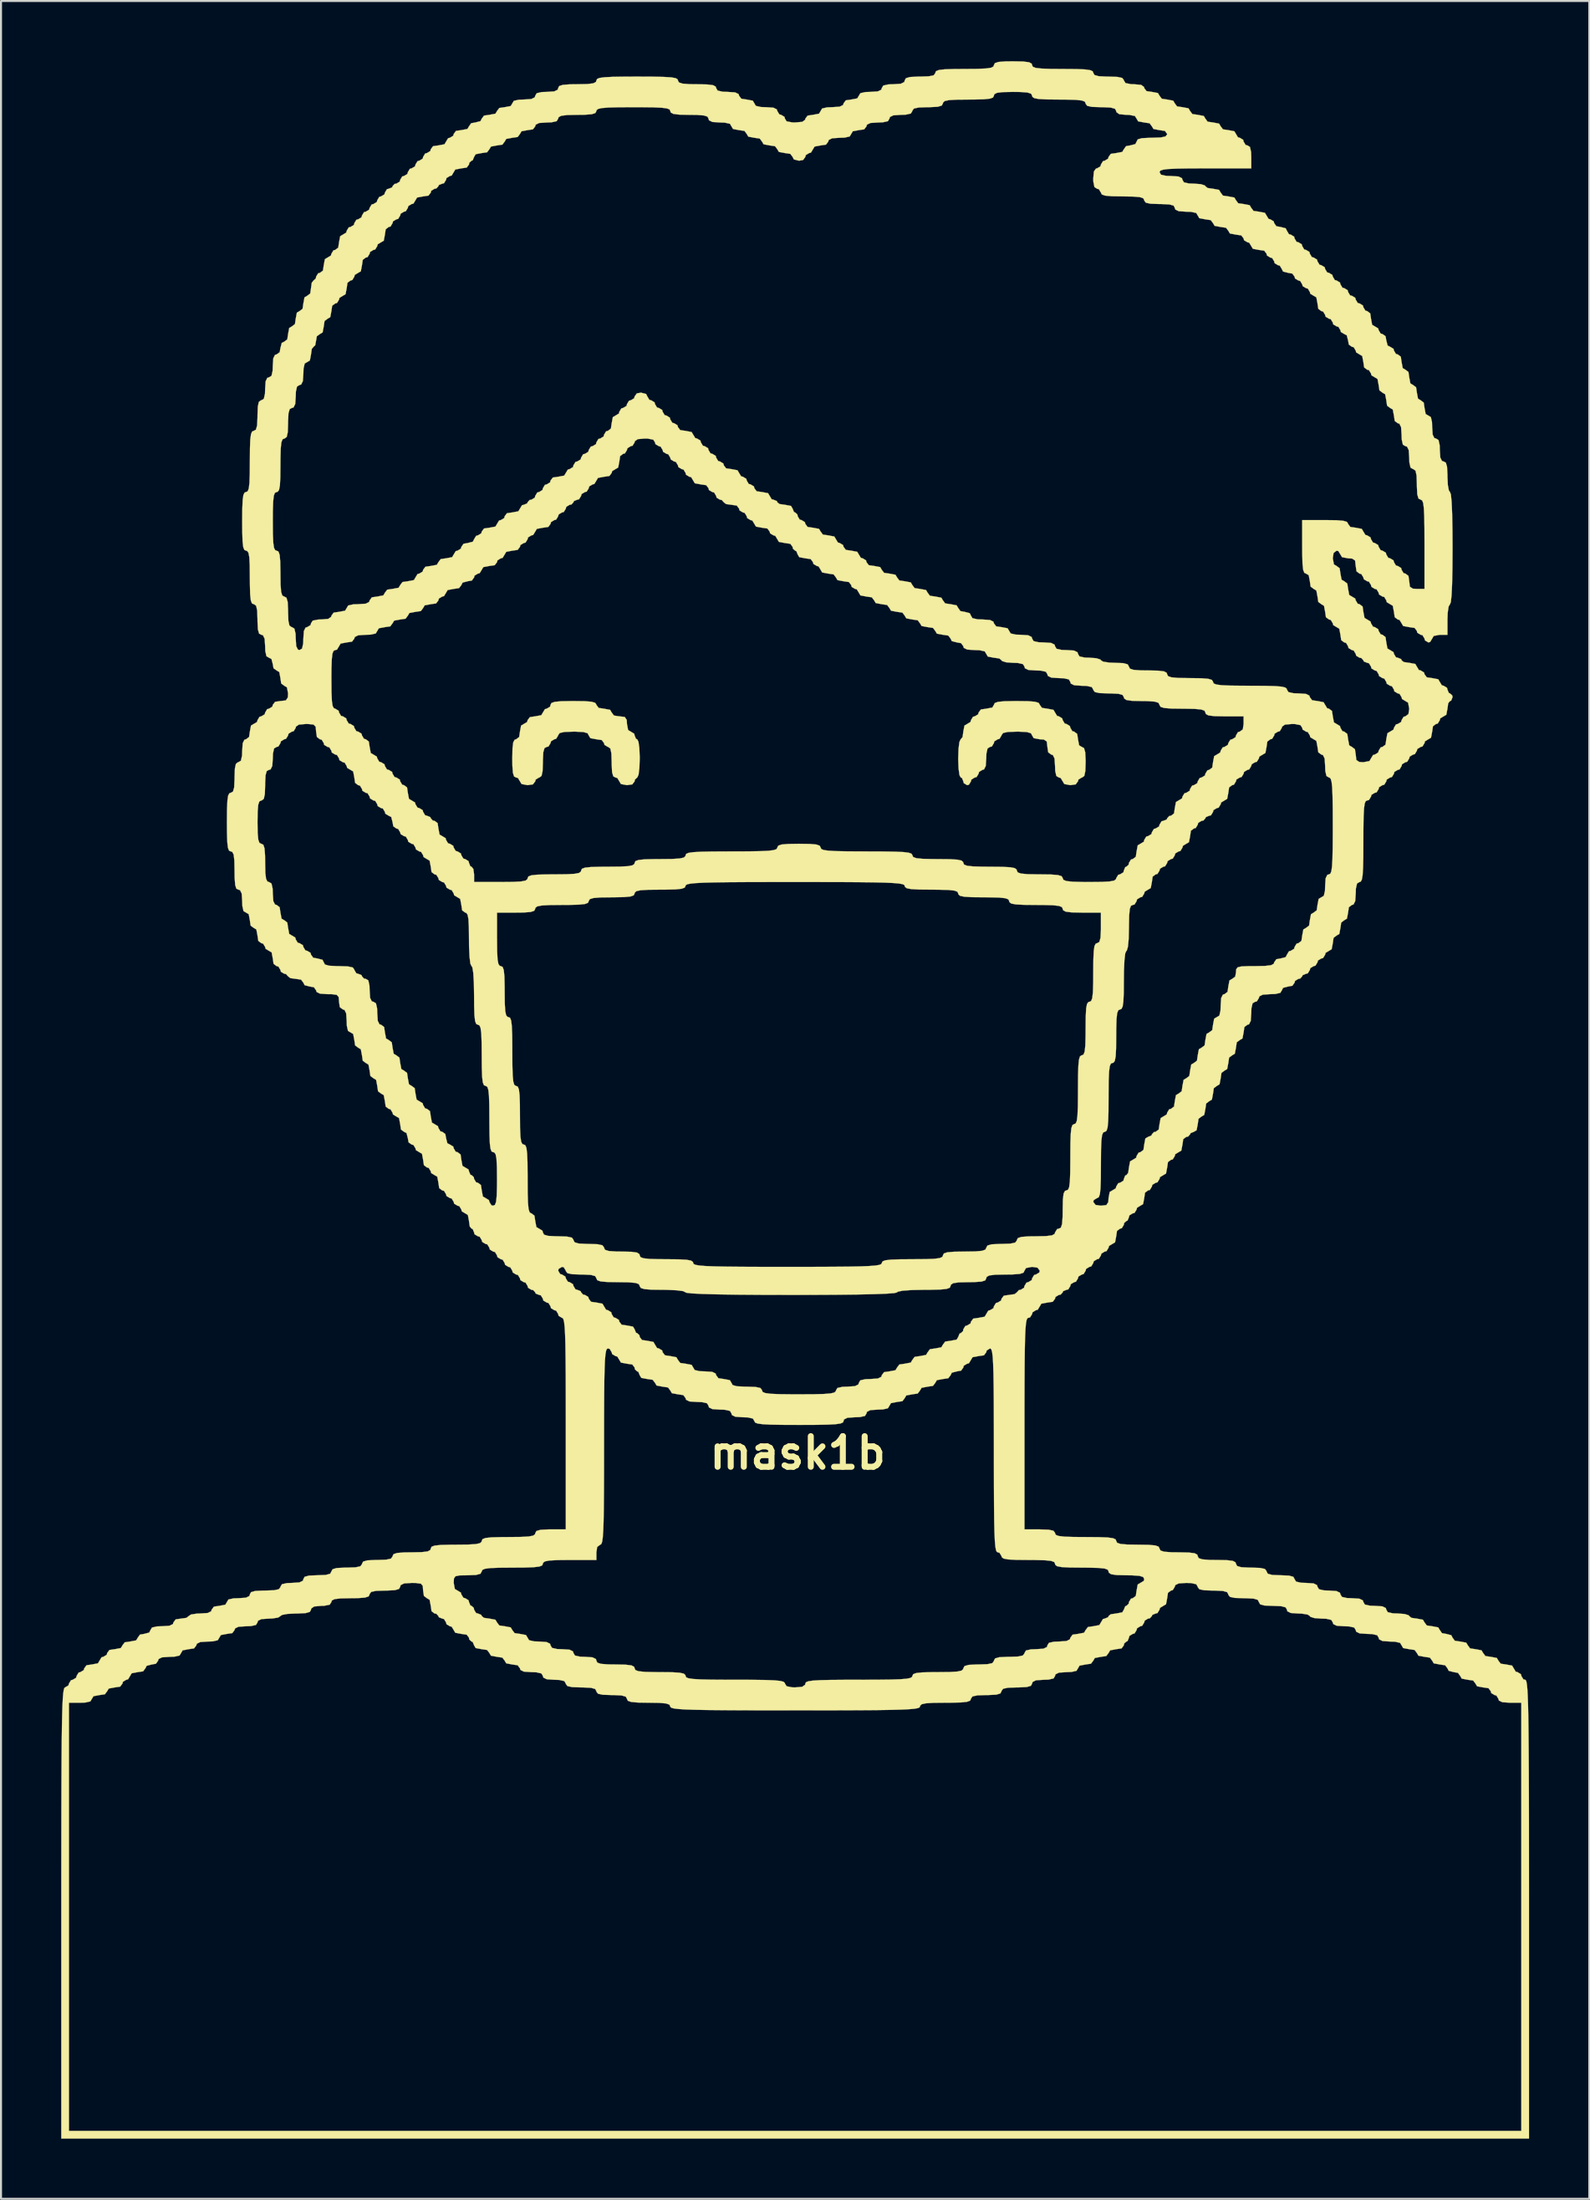
<source format=kicad_pcb>
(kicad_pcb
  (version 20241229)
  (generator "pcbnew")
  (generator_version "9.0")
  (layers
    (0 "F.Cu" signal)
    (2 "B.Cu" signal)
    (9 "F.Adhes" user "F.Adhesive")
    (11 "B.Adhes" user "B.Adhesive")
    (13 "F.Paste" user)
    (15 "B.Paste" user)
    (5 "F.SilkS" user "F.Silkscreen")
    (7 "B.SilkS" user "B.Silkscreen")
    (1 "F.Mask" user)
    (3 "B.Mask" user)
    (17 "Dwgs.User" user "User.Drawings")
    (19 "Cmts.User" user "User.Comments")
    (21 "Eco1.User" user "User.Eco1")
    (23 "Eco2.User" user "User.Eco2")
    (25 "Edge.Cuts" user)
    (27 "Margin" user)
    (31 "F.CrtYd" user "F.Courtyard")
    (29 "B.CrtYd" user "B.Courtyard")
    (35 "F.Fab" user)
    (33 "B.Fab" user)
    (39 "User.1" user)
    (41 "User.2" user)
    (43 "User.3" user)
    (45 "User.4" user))
  (footprint "mask1b"
    (layer "F.Cu")
    (at 36.708 69.347)
    (property "Reference" "mask1b" (at 0 0 0) (layer "F.SilkS") (effects (font (size 1.524 1.524) (thickness 0.3))))
    (attr through_hole)
    (fp_poly (pts (xy -10.618 -37.458) (xy -10.271 -37.43) (xy -10.091 -37.376) (xy -10.034 -37.288) (xy -10.033 -37.275) (xy -9.919 -37.123) (xy -9.652 -37.084) (xy -9.35 -37.027) (xy -9.271 -36.894) (xy -9.157 -36.742) (xy -8.89 -36.703) (xy -8.62 -36.672) (xy -8.521 -36.523) (xy -8.509 -36.322) (xy -8.452 -36.02) (xy -8.319 -35.941) (xy -8.15 -35.839) (xy -8.128 -35.751) (xy -8.059 -35.581) (xy -8.001 -35.56) (xy -7.937 -35.442) (xy -7.892 -35.122) (xy -7.874 -34.652) (xy -7.874 -34.608) (xy -7.89 -34.128) (xy -7.932 -33.793) (xy -7.995 -33.656) (xy -8.001 -33.655) (xy -8.114 -33.552) (xy -8.128 -33.465) (xy -8.242 -33.313) (xy -8.509 -33.274) (xy -8.811 -33.331) (xy -8.89 -33.465) (xy -8.992 -33.633) (xy -9.081 -33.655) (xy -9.191 -33.714) (xy -9.251 -33.921) (xy -9.271 -34.325) (xy -9.271 -34.417) (xy -9.286 -34.859) (xy -9.337 -35.097) (xy -9.439 -35.177) (xy -9.461 -35.179) (xy -9.63 -35.281) (xy -9.652 -35.37) (xy -9.766 -35.521) (xy -10.033 -35.56) (xy -10.335 -35.617) (xy -10.414 -35.751) (xy -10.473 -35.861) (xy -10.68 -35.921) (xy -11.084 -35.941) (xy -11.176 -35.941) (xy -11.618 -35.926) (xy -11.856 -35.875) (xy -11.936 -35.773) (xy -11.938 -35.751) (xy -12.04 -35.582) (xy -12.129 -35.56) (xy -12.297 -35.458) (xy -12.319 -35.37) (xy -12.421 -35.201) (xy -12.509 -35.179) (xy -12.62 -35.12) (xy -12.68 -34.913) (xy -12.7 -34.509) (xy -12.7 -34.417) (xy -12.715 -33.975) (xy -12.766 -33.737) (xy -12.868 -33.657) (xy -12.89 -33.655) (xy -13.059 -33.553) (xy -13.081 -33.465) (xy -13.195 -33.313) (xy -13.462 -33.274) (xy -13.764 -33.331) (xy -13.843 -33.465) (xy -13.945 -33.633) (xy -14.034 -33.655) (xy -14.134 -33.705) (xy -14.193 -33.885) (xy -14.22 -34.242) (xy -14.224 -34.608) (xy -14.214 -35.11) (xy -14.178 -35.405) (xy -14.107 -35.538) (xy -14.034 -35.56) (xy -13.882 -35.674) (xy -13.843 -35.941) (xy -13.786 -36.243) (xy -13.652 -36.322) (xy -13.484 -36.424) (xy -13.462 -36.513) (xy -13.348 -36.664) (xy -13.081 -36.703) (xy -12.779 -36.76) (xy -12.7 -36.894) (xy -12.598 -37.062) (xy -12.509 -37.084) (xy -12.341 -37.186) (xy -12.319 -37.275) (xy -12.274 -37.367) (xy -12.112 -37.425) (xy -11.788 -37.455) (xy -11.259 -37.465) (xy -11.176 -37.465) (xy -10.618 -37.458)) (stroke (width 0.01) (type solid)) (fill yes) (layer "F.SilkS"))
    (fp_poly (pts (xy 11.48 -37.458) (xy 11.827 -37.43) (xy 12.007 -37.376) (xy 12.064 -37.288) (xy 12.065 -37.275) (xy 12.179 -37.123) (xy 12.446 -37.084) (xy 12.748 -37.027) (xy 12.827 -36.894) (xy 12.929 -36.725) (xy 13.018 -36.703) (xy 13.186 -36.601) (xy 13.208 -36.513) (xy 13.31 -36.344) (xy 13.399 -36.322) (xy 13.567 -36.22) (xy 13.589 -36.132) (xy 13.691 -35.963) (xy 13.78 -35.941) (xy 13.931 -35.827) (xy 13.97 -35.56) (xy 14.027 -35.258) (xy 14.161 -35.179) (xy 14.271 -35.12) (xy 14.331 -34.913) (xy 14.351 -34.509) (xy 14.351 -34.417) (xy 14.336 -33.975) (xy 14.285 -33.737) (xy 14.183 -33.657) (xy 14.161 -33.655) (xy 13.992 -33.553) (xy 13.97 -33.465) (xy 13.856 -33.313) (xy 13.589 -33.274) (xy 13.287 -33.331) (xy 13.208 -33.465) (xy 13.106 -33.633) (xy 13.018 -33.655) (xy 12.892 -33.73) (xy 12.835 -33.984) (xy 12.827 -34.227) (xy 12.802 -34.603) (xy 12.717 -34.775) (xy 12.636 -34.798) (xy 12.485 -34.912) (xy 12.446 -35.179) (xy 12.415 -35.449) (xy 12.266 -35.548) (xy 12.065 -35.56) (xy 11.763 -35.617) (xy 11.684 -35.751) (xy 11.625 -35.861) (xy 11.418 -35.921) (xy 11.014 -35.941) (xy 10.922 -35.941) (xy 10.48 -35.926) (xy 10.242 -35.875) (xy 10.162 -35.773) (xy 10.16 -35.751) (xy 10.058 -35.582) (xy 9.97 -35.56) (xy 9.801 -35.458) (xy 9.779 -35.37) (xy 9.677 -35.201) (xy 9.588 -35.179) (xy 9.463 -35.104) (xy 9.406 -34.85) (xy 9.398 -34.608) (xy 9.373 -34.231) (xy 9.288 -34.059) (xy 9.207 -34.036) (xy 9.039 -33.934) (xy 9.017 -33.846) (xy 8.915 -33.677) (xy 8.826 -33.655) (xy 8.658 -33.553) (xy 8.636 -33.465) (xy 8.534 -33.296) (xy 8.445 -33.274) (xy 8.277 -33.376) (xy 8.255 -33.465) (xy 8.186 -33.634) (xy 8.128 -33.655) (xy 8.064 -33.773) (xy 8.019 -34.093) (xy 8.001 -34.563) (xy 8.001 -34.608) (xy 8.017 -35.087) (xy 8.059 -35.422) (xy 8.122 -35.559) (xy 8.128 -35.56) (xy 8.217 -35.67) (xy 8.255 -35.936) (xy 8.255 -35.941) (xy 8.312 -36.243) (xy 8.445 -36.322) (xy 8.614 -36.424) (xy 8.636 -36.513) (xy 8.738 -36.681) (xy 8.826 -36.703) (xy 8.995 -36.805) (xy 9.017 -36.894) (xy 9.131 -37.045) (xy 9.398 -37.084) (xy 9.7 -37.141) (xy 9.779 -37.275) (xy 9.824 -37.367) (xy 9.986 -37.425) (xy 10.31 -37.455) (xy 10.839 -37.465) (xy 10.922 -37.465) (xy 11.48 -37.458)) (stroke (width 0.01) (type solid)) (fill yes) (layer "F.SilkS"))
    (fp_poly (pts (xy 11.234 -69.332) (xy 11.529 -69.296) (xy 11.662 -69.225) (xy 11.684 -69.151) (xy 11.722 -69.069) (xy 11.863 -69.014) (xy 12.144 -68.981) (xy 12.606 -68.965) (xy 13.208 -68.961) (xy 13.865 -68.956) (xy 14.307 -68.939) (xy 14.573 -68.903) (xy 14.702 -68.846) (xy 14.732 -68.77) (xy 14.791 -68.66) (xy 14.998 -68.6) (xy 15.402 -68.58) (xy 15.494 -68.58) (xy 15.936 -68.565) (xy 16.174 -68.514) (xy 16.254 -68.412) (xy 16.256 -68.389) (xy 16.34 -68.257) (xy 16.618 -68.202) (xy 16.764 -68.199) (xy 17.117 -68.168) (xy 17.263 -68.063) (xy 17.272 -68.008) (xy 17.386 -67.857) (xy 17.653 -67.818) (xy 17.955 -67.761) (xy 18.034 -67.627) (xy 18.148 -67.476) (xy 18.415 -67.437) (xy 18.717 -67.38) (xy 18.796 -67.246) (xy 18.91 -67.095) (xy 19.177 -67.056) (xy 19.479 -66.999) (xy 19.558 -66.865) (xy 19.672 -66.714) (xy 19.939 -66.675) (xy 20.241 -66.618) (xy 20.32 -66.484) (xy 20.434 -66.333) (xy 20.701 -66.294) (xy 21.003 -66.237) (xy 21.082 -66.103) (xy 21.196 -65.952) (xy 21.463 -65.913) (xy 21.765 -65.856) (xy 21.844 -65.722) (xy 21.946 -65.554) (xy 22.035 -65.532) (xy 22.203 -65.43) (xy 22.225 -65.341) (xy 22.327 -65.173) (xy 22.416 -65.151) (xy 22.541 -65.076) (xy 22.598 -64.822) (xy 22.606 -64.579) (xy 22.606 -64.008) (xy 20.32 -64.008) (xy 19.494 -64.005) (xy 18.889 -63.995) (xy 18.474 -63.976) (xy 18.214 -63.943) (xy 18.079 -63.896) (xy 18.035 -63.83) (xy 18.034 -63.818) (xy 18.109 -63.692) (xy 18.363 -63.635) (xy 18.605 -63.627) (xy 18.982 -63.602) (xy 19.154 -63.517) (xy 19.177 -63.437) (xy 19.252 -63.311) (xy 19.506 -63.254) (xy 19.748 -63.246) (xy 20.089 -63.221) (xy 20.294 -63.157) (xy 20.32 -63.119) (xy 20.43 -63.03) (xy 20.696 -62.992) (xy 20.701 -62.992) (xy 21.003 -62.935) (xy 21.082 -62.801) (xy 21.196 -62.65) (xy 21.463 -62.611) (xy 21.765 -62.554) (xy 21.844 -62.42) (xy 21.958 -62.269) (xy 22.225 -62.23) (xy 22.527 -62.173) (xy 22.606 -62.039) (xy 22.72 -61.888) (xy 22.987 -61.849) (xy 23.289 -61.792) (xy 23.368 -61.658) (xy 23.47 -61.49) (xy 23.558 -61.468) (xy 23.727 -61.366) (xy 23.749 -61.278) (xy 23.859 -61.124) (xy 24.067 -61.087) (xy 24.322 -61.021) (xy 24.384 -60.897) (xy 24.486 -60.728) (xy 24.575 -60.706) (xy 24.743 -60.604) (xy 24.765 -60.516) (xy 24.867 -60.347) (xy 24.956 -60.325) (xy 25.124 -60.223) (xy 25.146 -60.135) (xy 25.248 -59.966) (xy 25.337 -59.944) (xy 25.505 -59.842) (xy 25.527 -59.754) (xy 25.629 -59.585) (xy 25.718 -59.563) (xy 25.886 -59.461) (xy 25.908 -59.373) (xy 26.01 -59.204) (xy 26.099 -59.182) (xy 26.267 -59.08) (xy 26.289 -58.992) (xy 26.391 -58.823) (xy 26.48 -58.801) (xy 26.648 -58.699) (xy 26.67 -58.611) (xy 26.772 -58.442) (xy 26.86 -58.42) (xy 27.029 -58.318) (xy 27.051 -58.23) (xy 27.153 -58.061) (xy 27.241 -58.039) (xy 27.41 -57.937) (xy 27.432 -57.849) (xy 27.534 -57.68) (xy 27.622 -57.658) (xy 27.791 -57.556) (xy 27.813 -57.468) (xy 27.915 -57.299) (xy 28.003 -57.277) (xy 28.172 -57.175) (xy 28.194 -57.087) (xy 28.296 -56.918) (xy 28.384 -56.896) (xy 28.536 -56.782) (xy 28.575 -56.515) (xy 28.632 -56.213) (xy 28.765 -56.134) (xy 28.934 -56.032) (xy 28.956 -55.944) (xy 29.058 -55.775) (xy 29.146 -55.753) (xy 29.3 -55.643) (xy 29.337 -55.435) (xy 29.403 -55.18) (xy 29.527 -55.118) (xy 29.696 -55.016) (xy 29.718 -54.928) (xy 29.82 -54.759) (xy 29.909 -54.737) (xy 30.06 -54.623) (xy 30.099 -54.356) (xy 30.156 -54.054) (xy 30.29 -53.975) (xy 30.441 -53.861) (xy 30.48 -53.594) (xy 30.537 -53.292) (xy 30.671 -53.213) (xy 30.822 -53.099) (xy 30.861 -52.832) (xy 30.918 -52.53) (xy 31.052 -52.451) (xy 31.203 -52.337) (xy 31.242 -52.07) (xy 31.299 -51.768) (xy 31.433 -51.689) (xy 31.558 -51.614) (xy 31.615 -51.36) (xy 31.623 -51.117) (xy 31.648 -50.741) (xy 31.733 -50.569) (xy 31.814 -50.546) (xy 31.939 -50.471) (xy 31.996 -50.217) (xy 32.004 -49.974) (xy 32.029 -49.598) (xy 32.114 -49.426) (xy 32.194 -49.403) (xy 32.305 -49.344) (xy 32.365 -49.137) (xy 32.385 -48.733) (xy 32.385 -48.641) (xy 32.404 -48.235) (xy 32.455 -47.96) (xy 32.512 -47.879) (xy 32.557 -47.754) (xy 32.593 -47.389) (xy 32.619 -46.795) (xy 32.634 -45.986) (xy 32.639 -45.085) (xy 32.633 -44.094) (xy 32.617 -43.306) (xy 32.59 -42.735) (xy 32.553 -42.392) (xy 32.512 -42.291) (xy 32.444 -42.175) (xy 32.398 -41.873) (xy 32.385 -41.529) (xy 32.385 -40.767) (xy 32.004 -40.767) (xy 31.702 -40.71) (xy 31.623 -40.577) (xy 31.521 -40.408) (xy 31.433 -40.386) (xy 31.264 -40.488) (xy 31.242 -40.577) (xy 31.14 -40.745) (xy 31.052 -40.767) (xy 30.883 -40.869) (xy 30.861 -40.958) (xy 30.747 -41.109) (xy 30.48 -41.148) (xy 30.178 -41.205) (xy 30.099 -41.339) (xy 29.997 -41.507) (xy 29.909 -41.529) (xy 29.757 -41.643) (xy 29.718 -41.91) (xy 29.661 -42.212) (xy 29.527 -42.291) (xy 29.359 -42.393) (xy 29.337 -42.481) (xy 29.235 -42.65) (xy 29.146 -42.672) (xy 28.978 -42.774) (xy 28.956 -42.862) (xy 28.854 -43.031) (xy 28.765 -43.053) (xy 28.597 -43.155) (xy 28.575 -43.243) (xy 28.473 -43.412) (xy 28.384 -43.434) (xy 28.216 -43.536) (xy 28.194 -43.624) (xy 28.092 -43.793) (xy 28.003 -43.815) (xy 27.852 -43.929) (xy 27.813 -44.196) (xy 27.782 -44.466) (xy 27.633 -44.565) (xy 27.432 -44.577) (xy 27.13 -44.634) (xy 27.051 -44.767) (xy 26.949 -44.936) (xy 26.86 -44.958) (xy 26.709 -44.844) (xy 26.67 -44.577) (xy 26.727 -44.275) (xy 26.86 -44.196) (xy 27.012 -44.082) (xy 27.051 -43.815) (xy 27.108 -43.513) (xy 27.241 -43.434) (xy 27.393 -43.32) (xy 27.432 -43.053) (xy 27.489 -42.751) (xy 27.622 -42.672) (xy 27.791 -42.57) (xy 27.813 -42.481) (xy 27.915 -42.313) (xy 28.003 -42.291) (xy 28.155 -42.177) (xy 28.194 -41.91) (xy 28.251 -41.608) (xy 28.384 -41.529) (xy 28.553 -41.427) (xy 28.575 -41.339) (xy 28.677 -41.17) (xy 28.765 -41.148) (xy 28.934 -41.046) (xy 28.956 -40.958) (xy 29.058 -40.789) (xy 29.146 -40.767) (xy 29.298 -40.653) (xy 29.337 -40.386) (xy 29.394 -40.084) (xy 29.527 -40.005) (xy 29.696 -39.903) (xy 29.718 -39.815) (xy 29.82 -39.646) (xy 29.909 -39.624) (xy 30.078 -39.555) (xy 30.099 -39.497) (xy 30.209 -39.408) (xy 30.475 -39.37) (xy 30.48 -39.37) (xy 30.782 -39.313) (xy 30.861 -39.179) (xy 30.963 -39.011) (xy 31.052 -38.989) (xy 31.22 -38.887) (xy 31.242 -38.798) (xy 31.356 -38.647) (xy 31.623 -38.608) (xy 31.925 -38.551) (xy 32.004 -38.417) (xy 32.106 -38.249) (xy 32.194 -38.227) (xy 32.363 -38.125) (xy 32.385 -38.036) (xy 32.454 -37.867) (xy 32.512 -37.846) (xy 32.625 -37.743) (xy 32.639 -37.656) (xy 32.57 -37.486) (xy 32.512 -37.465) (xy 32.423 -37.355) (xy 32.385 -37.089) (xy 32.385 -37.084) (xy 32.328 -36.782) (xy 32.194 -36.703) (xy 32.026 -36.601) (xy 32.004 -36.513) (xy 31.902 -36.344) (xy 31.814 -36.322) (xy 31.662 -36.208) (xy 31.623 -35.941) (xy 31.566 -35.639) (xy 31.433 -35.56) (xy 31.264 -35.458) (xy 31.242 -35.37) (xy 31.14 -35.201) (xy 31.052 -35.179) (xy 30.883 -35.077) (xy 30.861 -34.989) (xy 30.759 -34.82) (xy 30.671 -34.798) (xy 30.502 -34.696) (xy 30.48 -34.608) (xy 30.378 -34.439) (xy 30.29 -34.417) (xy 30.121 -34.315) (xy 30.099 -34.227) (xy 29.997 -34.058) (xy 29.909 -34.036) (xy 29.74 -33.934) (xy 29.718 -33.846) (xy 29.616 -33.677) (xy 29.527 -33.655) (xy 29.359 -33.553) (xy 29.337 -33.465) (xy 29.235 -33.296) (xy 29.146 -33.274) (xy 28.978 -33.172) (xy 28.956 -33.084) (xy 28.854 -32.915) (xy 28.765 -32.893) (xy 28.597 -32.791) (xy 28.575 -32.703) (xy 28.473 -32.534) (xy 28.384 -32.512) (xy 28.312 -32.478) (xy 28.26 -32.355) (xy 28.226 -32.106) (xy 28.205 -31.699) (xy 28.196 -31.099) (xy 28.194 -30.48) (xy 28.191 -29.707) (xy 28.179 -29.153) (xy 28.156 -28.785) (xy 28.118 -28.568) (xy 28.062 -28.467) (xy 28.003 -28.448) (xy 27.878 -28.373) (xy 27.821 -28.119) (xy 27.813 -27.877) (xy 27.788 -27.5) (xy 27.703 -27.328) (xy 27.622 -27.305) (xy 27.471 -27.191) (xy 27.432 -26.924) (xy 27.375 -26.622) (xy 27.241 -26.543) (xy 27.09 -26.429) (xy 27.051 -26.162) (xy 26.994 -25.86) (xy 26.86 -25.781) (xy 26.709 -25.667) (xy 26.67 -25.4) (xy 26.613 -25.098) (xy 26.48 -25.019) (xy 26.311 -24.917) (xy 26.289 -24.828) (xy 26.187 -24.66) (xy 26.099 -24.638) (xy 25.93 -24.536) (xy 25.908 -24.448) (xy 25.806 -24.279) (xy 25.718 -24.257) (xy 25.549 -24.155) (xy 25.527 -24.067) (xy 25.425 -23.898) (xy 25.337 -23.876) (xy 25.167 -23.807) (xy 25.146 -23.749) (xy 25.043 -23.636) (xy 24.956 -23.622) (xy 24.787 -23.52) (xy 24.765 -23.431) (xy 24.655 -23.278) (xy 24.448 -23.241) (xy 24.192 -23.175) (xy 24.13 -23.05) (xy 24.055 -22.925) (xy 23.801 -22.868) (xy 23.558 -22.86) (xy 23.182 -22.835) (xy 23.01 -22.75) (xy 22.987 -22.669) (xy 22.885 -22.501) (xy 22.797 -22.479) (xy 22.671 -22.404) (xy 22.614 -22.15) (xy 22.606 -21.907) (xy 22.581 -21.531) (xy 22.496 -21.359) (xy 22.416 -21.336) (xy 22.264 -21.222) (xy 22.225 -20.955) (xy 22.168 -20.653) (xy 22.035 -20.574) (xy 21.883 -20.46) (xy 21.844 -20.193) (xy 21.787 -19.891) (xy 21.654 -19.812) (xy 21.502 -19.698) (xy 21.463 -19.431) (xy 21.406 -19.129) (xy 21.273 -19.05) (xy 21.121 -18.936) (xy 21.082 -18.669) (xy 21.025 -18.367) (xy 20.892 -18.288) (xy 20.74 -18.174) (xy 20.701 -17.907) (xy 20.644 -17.605) (xy 20.511 -17.526) (xy 20.359 -17.412) (xy 20.32 -17.145) (xy 20.263 -16.843) (xy 20.13 -16.764) (xy 19.978 -16.65) (xy 19.939 -16.383) (xy 19.882 -16.081) (xy 19.748 -16.002) (xy 19.579 -15.933) (xy 19.558 -15.875) (xy 19.455 -15.762) (xy 19.367 -15.748) (xy 19.216 -15.634) (xy 19.177 -15.367) (xy 19.12 -15.065) (xy 18.986 -14.986) (xy 18.818 -14.884) (xy 18.796 -14.796) (xy 18.694 -14.627) (xy 18.605 -14.605) (xy 18.454 -14.491) (xy 18.415 -14.224) (xy 18.358 -13.922) (xy 18.224 -13.843) (xy 18.056 -13.741) (xy 18.034 -13.652) (xy 17.932 -13.484) (xy 17.843 -13.462) (xy 17.675 -13.36) (xy 17.653 -13.271) (xy 17.551 -13.103) (xy 17.462 -13.081) (xy 17.311 -12.967) (xy 17.272 -12.7) (xy 17.215 -12.398) (xy 17.081 -12.319) (xy 16.913 -12.217) (xy 16.891 -12.129) (xy 16.789 -11.96) (xy 16.701 -11.938) (xy 16.532 -11.836) (xy 16.51 -11.748) (xy 16.441 -11.578) (xy 16.383 -11.557) (xy 16.27 -11.454) (xy 16.256 -11.367) (xy 16.154 -11.198) (xy 16.066 -11.176) (xy 15.914 -11.062) (xy 15.875 -10.795) (xy 15.818 -10.493) (xy 15.684 -10.414) (xy 15.516 -10.312) (xy 15.494 -10.223) (xy 15.392 -10.055) (xy 15.303 -10.033) (xy 15.135 -9.931) (xy 15.113 -9.842) (xy 15.011 -9.674) (xy 14.922 -9.652) (xy 14.754 -9.55) (xy 14.732 -9.461) (xy 14.63 -9.293) (xy 14.541 -9.271) (xy 14.373 -9.169) (xy 14.351 -9.081) (xy 14.249 -8.912) (xy 14.161 -8.89) (xy 13.992 -8.788) (xy 13.97 -8.7) (xy 13.868 -8.531) (xy 13.78 -8.509) (xy 13.611 -8.407) (xy 13.589 -8.319) (xy 13.487 -8.15) (xy 13.399 -8.128) (xy 13.229 -8.059) (xy 13.208 -8.001) (xy 13.105 -7.888) (xy 13.018 -7.874) (xy 12.849 -7.772) (xy 12.827 -7.684) (xy 12.713 -7.532) (xy 12.446 -7.493) (xy 12.144 -7.436) (xy 12.065 -7.303) (xy 11.963 -7.134) (xy 11.874 -7.112) (xy 11.706 -7.01) (xy 11.684 -6.921) (xy 11.582 -6.753) (xy 11.493 -6.731) (xy 11.446 -6.706) (xy 11.407 -6.615) (xy 11.376 -6.438) (xy 11.351 -6.151) (xy 11.333 -5.734) (xy 11.32 -5.164) (xy 11.311 -4.42) (xy 11.306 -3.479) (xy 11.303 -2.32) (xy 11.303 -1.46) (xy 11.303 3.81) (xy 12.065 3.81) (xy 12.507 3.825) (xy 12.745 3.876) (xy 12.825 3.978) (xy 12.827 4) (xy 12.865 4.083) (xy 13.006 4.138) (xy 13.287 4.171) (xy 13.749 4.187) (xy 14.351 4.191) (xy 15.008 4.196) (xy 15.45 4.213) (xy 15.716 4.249) (xy 15.845 4.306) (xy 15.875 4.381) (xy 15.921 4.477) (xy 16.089 4.535) (xy 16.423 4.564) (xy 16.954 4.572) (xy 17.494 4.58) (xy 17.825 4.61) (xy 17.99 4.669) (xy 18.034 4.763) (xy 18.084 4.863) (xy 18.264 4.922) (xy 18.621 4.949) (xy 18.986 4.953) (xy 19.489 4.963) (xy 19.784 4.999) (xy 19.917 5.07) (xy 19.939 5.144) (xy 19.989 5.244) (xy 20.169 5.303) (xy 20.526 5.33) (xy 20.892 5.334) (xy 21.394 5.344) (xy 21.689 5.38) (xy 21.822 5.451) (xy 21.844 5.524) (xy 21.903 5.635) (xy 22.11 5.695) (xy 22.514 5.715) (xy 22.606 5.715) (xy 23.048 5.73) (xy 23.286 5.781) (xy 23.366 5.883) (xy 23.368 5.905) (xy 23.431 6.02) (xy 23.651 6.08) (xy 24.067 6.096) (xy 24.488 6.113) (xy 24.705 6.173) (xy 24.765 6.287) (xy 24.84 6.412) (xy 25.094 6.469) (xy 25.337 6.477) (xy 25.713 6.502) (xy 25.885 6.587) (xy 25.908 6.668) (xy 25.983 6.793) (xy 26.237 6.85) (xy 26.48 6.858) (xy 26.856 6.883) (xy 27.028 6.968) (xy 27.051 7.048) (xy 27.126 7.174) (xy 27.38 7.231) (xy 27.622 7.239) (xy 27.999 7.264) (xy 28.171 7.349) (xy 28.194 7.429) (xy 28.269 7.555) (xy 28.523 7.612) (xy 28.765 7.62) (xy 29.142 7.645) (xy 29.314 7.73) (xy 29.337 7.811) (xy 29.412 7.936) (xy 29.666 7.993) (xy 29.909 8.001) (xy 30.249 8.026) (xy 30.454 8.09) (xy 30.48 8.128) (xy 30.59 8.217) (xy 30.856 8.255) (xy 30.861 8.255) (xy 31.163 8.312) (xy 31.242 8.445) (xy 31.356 8.597) (xy 31.623 8.636) (xy 31.925 8.693) (xy 32.004 8.826) (xy 32.114 8.98) (xy 32.322 9.017) (xy 32.577 9.083) (xy 32.639 9.207) (xy 32.753 9.359) (xy 33.02 9.398) (xy 33.322 9.455) (xy 33.401 9.588) (xy 33.515 9.74) (xy 33.782 9.779) (xy 34.084 9.836) (xy 34.163 9.97) (xy 34.277 10.121) (xy 34.544 10.16) (xy 34.846 10.217) (xy 34.925 10.351) (xy 35.039 10.502) (xy 35.306 10.541) (xy 35.608 10.598) (xy 35.687 10.732) (xy 35.789 10.9) (xy 35.877 10.922) (xy 36.046 11.024) (xy 36.068 11.113) (xy 36.17 11.281) (xy 36.258 11.303) (xy 36.292 11.325) (xy 36.321 11.402) (xy 36.346 11.548) (xy 36.368 11.778) (xy 36.386 12.108) (xy 36.402 12.551) (xy 36.415 13.124) (xy 36.425 13.841) (xy 36.433 14.717) (xy 36.439 15.767) (xy 36.444 17.006) (xy 36.447 18.449) (xy 36.448 20.11) (xy 36.449 22.006) (xy 36.449 22.733) (xy 36.449 34.163) (xy -36.703 34.163) (xy -36.703 22.924) (xy -36.703 20.96) (xy -36.701 19.235) (xy -36.699 17.734) (xy -36.695 16.441) (xy -36.689 15.343) (xy -36.682 14.423) (xy -36.672 13.666) (xy -36.66 13.058) (xy -36.645 12.584) (xy -36.638 12.446) (xy -36.322 12.446) (xy -36.322 33.782) (xy 36.068 33.782) (xy 36.068 12.446) (xy 35.496 12.446) (xy 35.12 12.421) (xy 34.948 12.336) (xy 34.925 12.255) (xy 34.823 12.087) (xy 34.734 12.065) (xy 34.566 11.963) (xy 34.544 11.874) (xy 34.43 11.723) (xy 34.163 11.684) (xy 33.861 11.627) (xy 33.782 11.493) (xy 33.668 11.342) (xy 33.401 11.303) (xy 33.099 11.246) (xy 33.02 11.113) (xy 32.91 10.959) (xy 32.703 10.922) (xy 32.447 10.856) (xy 32.385 10.732) (xy 32.271 10.58) (xy 32.004 10.541) (xy 31.702 10.484) (xy 31.623 10.351) (xy 31.509 10.199) (xy 31.242 10.16) (xy 30.94 10.103) (xy 30.861 9.97) (xy 30.747 9.818) (xy 30.48 9.779) (xy 30.178 9.722) (xy 30.099 9.588) (xy 30.024 9.463) (xy 29.77 9.406) (xy 29.527 9.398) (xy 29.151 9.373) (xy 28.979 9.288) (xy 28.956 9.207) (xy 28.881 9.082) (xy 28.627 9.025) (xy 28.384 9.017) (xy 28.008 8.992) (xy 27.836 8.907) (xy 27.813 8.826) (xy 27.738 8.701) (xy 27.484 8.644) (xy 27.241 8.636) (xy 26.865 8.611) (xy 26.693 8.526) (xy 26.67 8.445) (xy 26.595 8.32) (xy 26.341 8.263) (xy 26.099 8.255) (xy 25.758 8.23) (xy 25.553 8.166) (xy 25.527 8.128) (xy 25.413 8.052) (xy 25.126 8.007) (xy 24.956 8.001) (xy 24.579 7.976) (xy 24.407 7.891) (xy 24.384 7.811) (xy 24.321 7.696) (xy 24.101 7.636) (xy 23.686 7.62) (xy 23.264 7.603) (xy 23.047 7.543) (xy 22.987 7.429) (xy 22.928 7.319) (xy 22.721 7.259) (xy 22.317 7.239) (xy 22.225 7.239) (xy 21.783 7.224) (xy 21.545 7.173) (xy 21.465 7.071) (xy 21.463 7.048) (xy 21.404 6.938) (xy 21.197 6.878) (xy 20.793 6.858) (xy 20.701 6.858) (xy 20.259 6.843) (xy 20.021 6.792) (xy 19.941 6.69) (xy 19.939 6.668) (xy 19.864 6.542) (xy 19.61 6.485) (xy 19.367 6.477) (xy 18.991 6.502) (xy 18.819 6.587) (xy 18.796 6.668) (xy 18.694 6.836) (xy 18.605 6.858) (xy 18.454 6.972) (xy 18.415 7.239) (xy 18.358 7.541) (xy 18.224 7.62) (xy 18.056 7.722) (xy 18.034 7.811) (xy 17.932 7.979) (xy 17.843 8.001) (xy 17.674 8.07) (xy 17.653 8.128) (xy 17.55 8.241) (xy 17.462 8.255) (xy 17.294 8.357) (xy 17.272 8.445) (xy 17.17 8.614) (xy 17.081 8.636) (xy 16.913 8.738) (xy 16.891 8.826) (xy 16.789 8.995) (xy 16.701 9.017) (xy 16.532 9.119) (xy 16.51 9.207) (xy 16.441 9.377) (xy 16.383 9.398) (xy 16.27 9.501) (xy 16.256 9.588) (xy 16.142 9.74) (xy 15.875 9.779) (xy 15.573 9.836) (xy 15.494 9.97) (xy 15.38 10.121) (xy 15.113 10.16) (xy 14.811 10.217) (xy 14.732 10.351) (xy 14.618 10.502) (xy 14.351 10.541) (xy 14.049 10.598) (xy 13.97 10.732) (xy 13.895 10.857) (xy 13.641 10.914) (xy 13.399 10.922) (xy 13.022 10.947) (xy 12.85 11.032) (xy 12.827 11.113) (xy 12.752 11.238) (xy 12.498 11.295) (xy 12.255 11.303) (xy 11.879 11.328) (xy 11.707 11.413) (xy 11.684 11.493) (xy 11.625 11.604) (xy 11.418 11.664) (xy 11.014 11.684) (xy 10.922 11.684) (xy 10.48 11.699) (xy 10.242 11.75) (xy 10.162 11.852) (xy 10.16 11.874) (xy 10.101 11.985) (xy 9.894 12.045) (xy 9.49 12.065) (xy 9.398 12.065) (xy 8.956 12.08) (xy 8.718 12.131) (xy 8.638 12.233) (xy 8.636 12.255) (xy 8.594 12.344) (xy 8.44 12.401) (xy 8.133 12.433) (xy 7.63 12.445) (xy 7.366 12.446) (xy 6.774 12.452) (xy 6.394 12.475) (xy 6.184 12.521) (xy 6.102 12.597) (xy 6.096 12.636) (xy 6.072 12.68) (xy 5.985 12.717) (xy 5.815 12.747) (xy 5.543 12.771) (xy 5.148 12.79) (xy 4.61 12.804) (xy 3.909 12.815) (xy 3.025 12.821) (xy 1.937 12.825) (xy 0.625 12.827) (xy -0.127 12.827) (xy -1.559 12.826) (xy -2.757 12.824) (xy -3.742 12.818) (xy -4.533 12.81) (xy -5.15 12.798) (xy -5.615 12.782) (xy -5.946 12.76) (xy -6.165 12.733) (xy -6.291 12.7) (xy -6.344 12.66) (xy -6.35 12.636) (xy -6.396 12.541) (xy -6.564 12.483) (xy -6.898 12.454) (xy -7.429 12.446) (xy -7.969 12.438) (xy -8.3 12.408) (xy -8.465 12.349) (xy -8.509 12.255) (xy -8.568 12.145) (xy -8.775 12.085) (xy -9.179 12.065) (xy -9.271 12.065) (xy -9.713 12.05) (xy -9.951 11.999) (xy -10.031 11.897) (xy -10.033 11.874) (xy -10.092 11.764) (xy -10.299 11.704) (xy -10.703 11.684) (xy -10.795 11.684) (xy -11.237 11.669) (xy -11.475 11.618) (xy -11.555 11.516) (xy -11.557 11.493) (xy -11.632 11.368) (xy -11.886 11.311) (xy -12.129 11.303) (xy -12.505 11.278) (xy -12.677 11.193) (xy -12.7 11.113) (xy -12.775 10.987) (xy -13.029 10.93) (xy -13.271 10.922) (xy -13.648 10.897) (xy -13.82 10.812) (xy -13.843 10.732) (xy -13.957 10.58) (xy -14.224 10.541) (xy -14.526 10.484) (xy -14.605 10.351) (xy -14.719 10.199) (xy -14.986 10.16) (xy -15.288 10.103) (xy -15.367 9.97) (xy -15.481 9.818) (xy -15.748 9.779) (xy -16.05 9.722) (xy -16.129 9.588) (xy -16.198 9.419) (xy -16.256 9.398) (xy -16.369 9.295) (xy -16.383 9.207) (xy -16.497 9.056) (xy -16.764 9.017) (xy -17.066 8.96) (xy -17.145 8.826) (xy -17.247 8.658) (xy -17.335 8.636) (xy -17.504 8.534) (xy -17.526 8.445) (xy -17.628 8.277) (xy -17.716 8.255) (xy -17.886 8.186) (xy -17.907 8.128) (xy -18.01 8.015) (xy -18.098 8.001) (xy -18.249 7.887) (xy -18.288 7.62) (xy -18.345 7.318) (xy -18.479 7.239) (xy -18.63 7.125) (xy -18.669 6.858) (xy -18.686 6.624) (xy -18.781 6.513) (xy -19.025 6.479) (xy -19.241 6.477) (xy -19.617 6.502) (xy -19.789 6.587) (xy -19.812 6.668) (xy -19.871 6.778) (xy -20.078 6.838) (xy -20.482 6.858) (xy -20.574 6.858) (xy -21.016 6.873) (xy -21.254 6.924) (xy -21.334 7.026) (xy -21.336 7.048) (xy -21.386 7.149) (xy -21.566 7.208) (xy -21.923 7.235) (xy -22.288 7.239) (xy -22.791 7.249) (xy -23.086 7.285) (xy -23.219 7.356) (xy -23.241 7.429) (xy -23.325 7.562) (xy -23.603 7.617) (xy -23.749 7.62) (xy -24.102 7.651) (xy -24.248 7.756) (xy -24.257 7.811) (xy -24.316 7.921) (xy -24.523 7.981) (xy -24.927 8.001) (xy -25.019 8.001) (xy -25.425 8.02) (xy -25.7 8.071) (xy -25.781 8.128) (xy -25.895 8.204) (xy -26.182 8.249) (xy -26.352 8.255) (xy -26.729 8.28) (xy -26.901 8.365) (xy -26.924 8.445) (xy -26.999 8.571) (xy -27.253 8.628) (xy -27.495 8.636) (xy -27.872 8.661) (xy -28.044 8.746) (xy -28.067 8.826) (xy -28.181 8.978) (xy -28.448 9.017) (xy -28.75 9.074) (xy -28.829 9.207) (xy -28.904 9.333) (xy -29.158 9.39) (xy -29.401 9.398) (xy -29.777 9.423) (xy -29.949 9.508) (xy -29.972 9.588) (xy -30.086 9.74) (xy -30.353 9.779) (xy -30.655 9.836) (xy -30.734 9.97) (xy -30.809 10.095) (xy -31.063 10.152) (xy -31.305 10.16) (xy -31.682 10.185) (xy -31.854 10.27) (xy -31.877 10.351) (xy -31.987 10.504) (xy -32.194 10.541) (xy -32.45 10.607) (xy -32.512 10.732) (xy -32.626 10.883) (xy -32.893 10.922) (xy -33.195 10.979) (xy -33.274 11.113) (xy -33.376 11.281) (xy -33.465 11.303) (xy -33.633 11.405) (xy -33.655 11.493) (xy -33.769 11.645) (xy -34.036 11.684) (xy -34.338 11.741) (xy -34.417 11.874) (xy -34.531 12.026) (xy -34.798 12.065) (xy -35.1 12.122) (xy -35.179 12.255) (xy -35.254 12.381) (xy -35.508 12.438) (xy -35.751 12.446) (xy -36.322 12.446) (xy -36.638 12.446) (xy -36.627 12.228) (xy -36.606 11.975) (xy -36.581 11.81) (xy -36.553 11.719) (xy -36.521 11.685) (xy -36.513 11.684) (xy -36.344 11.582) (xy -36.322 11.493) (xy -36.22 11.325) (xy -36.132 11.303) (xy -35.963 11.201) (xy -35.941 11.113) (xy -35.839 10.944) (xy -35.751 10.922) (xy -35.582 10.82) (xy -35.56 10.732) (xy -35.446 10.58) (xy -35.179 10.541) (xy -34.877 10.484) (xy -34.798 10.351) (xy -34.696 10.182) (xy -34.608 10.16) (xy -34.439 10.058) (xy -34.417 9.97) (xy -34.303 9.818) (xy -34.036 9.779) (xy -33.734 9.722) (xy -33.655 9.588) (xy -33.541 9.437) (xy -33.274 9.398) (xy -32.972 9.341) (xy -32.893 9.207) (xy -32.783 9.054) (xy -32.575 9.017) (xy -32.32 8.951) (xy -32.258 8.826) (xy -32.183 8.701) (xy -31.929 8.644) (xy -31.686 8.636) (xy -31.31 8.611) (xy -31.138 8.526) (xy -31.115 8.445) (xy -31.001 8.294) (xy -30.734 8.255) (xy -30.466 8.218) (xy -30.353 8.13) (xy -30.353 8.128) (xy -30.239 8.052) (xy -29.952 8.007) (xy -29.782 8.001) (xy -29.405 7.976) (xy -29.233 7.891) (xy -29.21 7.811) (xy -29.096 7.659) (xy -28.829 7.62) (xy -28.527 7.563) (xy -28.448 7.429) (xy -28.373 7.304) (xy -28.119 7.247) (xy -27.877 7.239) (xy -27.5 7.214) (xy -27.328 7.129) (xy -27.305 7.048) (xy -27.246 6.938) (xy -27.039 6.878) (xy -26.635 6.858) (xy -26.543 6.858) (xy -26.101 6.843) (xy -25.863 6.792) (xy -25.783 6.69) (xy -25.781 6.668) (xy -25.706 6.542) (xy -25.452 6.485) (xy -25.209 6.477) (xy -25.121 6.471) (xy -17.145 6.471) (xy -17.145 6.477) (xy -17.088 6.779) (xy -16.954 6.858) (xy -16.786 6.96) (xy -16.764 7.048) (xy -16.662 7.217) (xy -16.573 7.239) (xy -16.405 7.341) (xy -16.383 7.429) (xy -16.314 7.599) (xy -16.256 7.62) (xy -16.143 7.723) (xy -16.129 7.811) (xy -16.027 7.979) (xy -15.938 8.001) (xy -15.769 8.07) (xy -15.748 8.128) (xy -15.638 8.217) (xy -15.372 8.255) (xy -15.367 8.255) (xy -15.065 8.312) (xy -14.986 8.445) (xy -14.872 8.597) (xy -14.605 8.636) (xy -14.303 8.693) (xy -14.224 8.826) (xy -14.11 8.978) (xy -13.843 9.017) (xy -13.541 9.074) (xy -13.462 9.207) (xy -13.387 9.333) (xy -13.133 9.39) (xy -12.89 9.398) (xy -12.514 9.423) (xy -12.342 9.508) (xy -12.319 9.588) (xy -12.244 9.714) (xy -11.99 9.771) (xy -11.748 9.779) (xy -11.371 9.804) (xy -11.199 9.889) (xy -11.176 9.97) (xy -11.101 10.095) (xy -10.847 10.152) (xy -10.604 10.16) (xy -10.228 10.185) (xy -10.056 10.27) (xy -10.033 10.351) (xy -9.983 10.451) (xy -9.803 10.51) (xy -9.446 10.537) (xy -9.081 10.541) (xy -8.578 10.551) (xy -8.283 10.587) (xy -8.15 10.658) (xy -8.128 10.732) (xy -8.086 10.82) (xy -7.932 10.877) (xy -7.625 10.909) (xy -7.122 10.921) (xy -6.858 10.922) (xy -6.266 10.928) (xy -5.886 10.951) (xy -5.676 10.997) (xy -5.594 11.073) (xy -5.588 11.113) (xy -5.557 11.179) (xy -5.442 11.228) (xy -5.213 11.263) (xy -4.837 11.285) (xy -4.285 11.298) (xy -3.523 11.303) (xy -3.111 11.303) (xy -2.248 11.305) (xy -1.606 11.314) (xy -1.156 11.332) (xy -0.866 11.361) (xy -0.705 11.403) (xy -0.641 11.462) (xy -0.635 11.493) (xy -0.551 11.626) (xy -0.273 11.681) (xy -0.127 11.684) (xy 0.226 11.653) (xy 0.372 11.548) (xy 0.381 11.493) (xy 0.411 11.429) (xy 0.523 11.381) (xy 0.746 11.346) (xy 1.11 11.323) (xy 1.647 11.31) (xy 2.386 11.304) (xy 3.048 11.303) (xy 3.948 11.301) (xy 4.625 11.293) (xy 5.108 11.277) (xy 5.428 11.251) (xy 5.616 11.213) (xy 5.7 11.16) (xy 5.715 11.113) (xy 5.757 11.024) (xy 5.911 10.967) (xy 6.218 10.935) (xy 6.721 10.923) (xy 6.985 10.922) (xy 7.577 10.916) (xy 7.957 10.893) (xy 8.167 10.847) (xy 8.249 10.771) (xy 8.255 10.732) (xy 8.314 10.621) (xy 8.521 10.561) (xy 8.925 10.541) (xy 9.017 10.541) (xy 9.459 10.526) (xy 9.697 10.475) (xy 9.777 10.373) (xy 9.779 10.351) (xy 9.838 10.24) (xy 10.045 10.18) (xy 10.449 10.16) (xy 10.541 10.16) (xy 10.983 10.145) (xy 11.221 10.094) (xy 11.301 9.992) (xy 11.303 9.97) (xy 11.378 9.844) (xy 11.632 9.787) (xy 11.874 9.779) (xy 12.251 9.754) (xy 12.423 9.669) (xy 12.446 9.588) (xy 12.521 9.463) (xy 12.775 9.406) (xy 13.018 9.398) (xy 13.394 9.373) (xy 13.566 9.288) (xy 13.589 9.207) (xy 13.703 9.056) (xy 13.97 9.017) (xy 14.272 8.96) (xy 14.351 8.826) (xy 14.465 8.675) (xy 14.732 8.636) (xy 15.034 8.579) (xy 15.113 8.445) (xy 15.215 8.277) (xy 15.303 8.255) (xy 15.473 8.186) (xy 15.494 8.128) (xy 15.604 8.039) (xy 15.87 8.001) (xy 15.875 8.001) (xy 16.177 7.944) (xy 16.256 7.811) (xy 16.325 7.641) (xy 16.383 7.62) (xy 16.496 7.517) (xy 16.51 7.429) (xy 16.612 7.261) (xy 16.701 7.239) (xy 16.852 7.125) (xy 16.891 6.858) (xy 16.948 6.556) (xy 17.081 6.477) (xy 17.25 6.375) (xy 17.272 6.287) (xy 17.22 6.183) (xy 17.032 6.124) (xy 16.661 6.099) (xy 16.383 6.096) (xy 15.9 6.085) (xy 15.624 6.045) (xy 15.507 5.965) (xy 15.494 5.905) (xy 15.453 5.819) (xy 15.303 5.762) (xy 15.003 5.73) (xy 14.512 5.717) (xy 14.161 5.715) (xy 13.552 5.709) (xy 13.155 5.688) (xy 12.931 5.645) (xy 12.838 5.575) (xy 12.827 5.524) (xy 12.786 5.438) (xy 12.636 5.381) (xy 12.336 5.349) (xy 11.845 5.336) (xy 11.493 5.334) (xy 10.885 5.328) (xy 10.488 5.307) (xy 10.264 5.264) (xy 10.171 5.194) (xy 10.16 5.144) (xy 10.058 4.975) (xy 9.97 4.953) (xy 9.921 4.927) (xy 9.882 4.836) (xy 9.85 4.657) (xy 9.826 4.367) (xy 9.807 3.944) (xy 9.794 3.367) (xy 9.786 2.612) (xy 9.781 1.658) (xy 9.779 0.483) (xy 9.779 -0.127) (xy 9.778 -1.41) (xy 9.775 -2.461) (xy 9.768 -3.303) (xy 9.757 -3.958) (xy 9.741 -4.448) (xy 9.72 -4.795) (xy 9.691 -5.021) (xy 9.655 -5.15) (xy 9.611 -5.202) (xy 9.588 -5.207) (xy 9.42 -5.105) (xy 9.398 -5.016) (xy 9.284 -4.865) (xy 9.017 -4.826) (xy 8.715 -4.769) (xy 8.636 -4.636) (xy 8.534 -4.467) (xy 8.445 -4.445) (xy 8.277 -4.343) (xy 8.255 -4.255) (xy 8.145 -4.101) (xy 7.938 -4.064) (xy 7.682 -3.998) (xy 7.62 -3.873) (xy 7.506 -3.722) (xy 7.239 -3.683) (xy 6.937 -3.626) (xy 6.858 -3.493) (xy 6.744 -3.341) (xy 6.477 -3.302) (xy 6.175 -3.245) (xy 6.096 -3.111) (xy 5.982 -2.96) (xy 5.715 -2.921) (xy 5.413 -2.864) (xy 5.334 -2.731) (xy 5.22 -2.579) (xy 4.953 -2.54) (xy 4.651 -2.483) (xy 4.572 -2.349) (xy 4.497 -2.224) (xy 4.243 -2.167) (xy 4 -2.159) (xy 3.624 -2.134) (xy 3.452 -2.049) (xy 3.429 -1.968) (xy 3.354 -1.843) (xy 3.1 -1.786) (xy 2.857 -1.778) (xy 2.481 -1.753) (xy 2.309 -1.668) (xy 2.286 -1.587) (xy 2.254 -1.518) (xy 2.134 -1.467) (xy 1.895 -1.432) (xy 1.503 -1.411) (xy 0.925 -1.4) (xy 0.128 -1.397) (xy 0.064 -1.397) (xy -0.75 -1.4) (xy -1.342 -1.41) (xy -1.746 -1.431) (xy -1.995 -1.464) (xy -2.121 -1.514) (xy -2.159 -1.582) (xy -2.159 -1.587) (xy -2.234 -1.713) (xy -2.488 -1.77) (xy -2.731 -1.778) (xy -3.107 -1.803) (xy -3.279 -1.888) (xy -3.302 -1.968) (xy -3.377 -2.094) (xy -3.631 -2.151) (xy -3.873 -2.159) (xy -4.25 -2.184) (xy -4.422 -2.269) (xy -4.445 -2.349) (xy -4.52 -2.475) (xy -4.774 -2.532) (xy -5.016 -2.54) (xy -5.393 -2.565) (xy -5.565 -2.65) (xy -5.588 -2.731) (xy -5.702 -2.882) (xy -5.969 -2.921) (xy -6.271 -2.978) (xy -6.35 -3.111) (xy -6.464 -3.263) (xy -6.731 -3.302) (xy -7.033 -3.359) (xy -7.112 -3.493) (xy -7.226 -3.644) (xy -7.493 -3.683) (xy -7.795 -3.74) (xy -7.874 -3.873) (xy -7.943 -4.043) (xy -8.001 -4.064) (xy -8.114 -4.167) (xy -8.128 -4.255) (xy -8.242 -4.406) (xy -8.509 -4.445) (xy -8.811 -4.502) (xy -8.89 -4.636) (xy -8.992 -4.804) (xy -9.081 -4.826) (xy -9.249 -4.928) (xy -9.271 -5.016) (xy -9.373 -5.185) (xy -9.461 -5.207) (xy -9.51 -5.181) (xy -9.55 -5.089) (xy -9.582 -4.907) (xy -9.607 -4.614) (xy -9.625 -4.186) (xy -9.638 -3.601) (xy -9.646 -2.835) (xy -9.65 -1.867) (xy -9.652 -0.674) (xy -9.652 -0.318) (xy -9.653 0.939) (xy -9.657 1.965) (xy -9.664 2.781) (xy -9.675 3.412) (xy -9.692 3.88) (xy -9.715 4.207) (xy -9.744 4.416) (xy -9.782 4.529) (xy -9.829 4.57) (xy -9.842 4.572) (xy -9.994 4.686) (xy -10.033 4.953) (xy -10.033 5.334) (xy -11.367 5.334) (xy -11.975 5.34) (xy -12.372 5.361) (xy -12.596 5.404) (xy -12.689 5.474) (xy -12.7 5.524) (xy -12.738 5.607) (xy -12.879 5.662) (xy -13.16 5.695) (xy -13.622 5.711) (xy -14.224 5.715) (xy -14.881 5.72) (xy -15.323 5.737) (xy -15.589 5.773) (xy -15.718 5.83) (xy -15.748 5.905) (xy -15.811 6.02) (xy -16.031 6.08) (xy -16.447 6.096) (xy -16.846 6.102) (xy -17.054 6.144) (xy -17.133 6.256) (xy -17.145 6.471) (xy -25.121 6.471) (xy -24.833 6.452) (xy -24.661 6.367) (xy -24.638 6.287) (xy -24.575 6.172) (xy -24.355 6.112) (xy -23.939 6.096) (xy -23.518 6.079) (xy -23.301 6.019) (xy -23.241 5.905) (xy -23.182 5.795) (xy -22.975 5.735) (xy -22.571 5.715) (xy -22.479 5.715) (xy -22.037 5.7) (xy -21.799 5.649) (xy -21.719 5.547) (xy -21.717 5.524) (xy -21.658 5.414) (xy -21.451 5.354) (xy -21.047 5.334) (xy -20.955 5.334) (xy -20.513 5.319) (xy -20.275 5.268) (xy -20.195 5.166) (xy -20.193 5.144) (xy -20.143 5.043) (xy -19.963 4.984) (xy -19.606 4.957) (xy -19.241 4.953) (xy -18.738 4.943) (xy -18.443 4.907) (xy -18.31 4.836) (xy -18.288 4.763) (xy -18.246 4.674) (xy -18.092 4.617) (xy -17.785 4.585) (xy -17.282 4.573) (xy -17.018 4.572) (xy -16.426 4.566) (xy -16.046 4.543) (xy -15.836 4.497) (xy -15.754 4.421) (xy -15.748 4.381) (xy -15.707 4.295) (xy -15.557 4.238) (xy -15.257 4.206) (xy -14.766 4.193) (xy -14.415 4.191) (xy -13.806 4.185) (xy -13.409 4.164) (xy -13.185 4.121) (xy -13.092 4.051) (xy -13.081 4) (xy -13.022 3.89) (xy -12.815 3.83) (xy -12.411 3.81) (xy -12.319 3.81) (xy -11.557 3.81) (xy -11.557 -1.46) (xy -11.558 -2.769) (xy -11.561 -3.846) (xy -11.568 -4.713) (xy -11.578 -5.391) (xy -11.593 -5.903) (xy -11.614 -6.27) (xy -11.641 -6.514) (xy -11.675 -6.657) (xy -11.716 -6.721) (xy -11.748 -6.731) (xy -11.916 -6.833) (xy -11.938 -6.921) (xy -12.04 -7.09) (xy -12.129 -7.112) (xy -12.297 -7.214) (xy -12.319 -7.303) (xy -12.421 -7.471) (xy -12.509 -7.493) (xy -12.678 -7.595) (xy -12.7 -7.684) (xy -12.802 -7.852) (xy -12.89 -7.874) (xy -13.06 -7.943) (xy -13.081 -8.001) (xy -13.184 -8.114) (xy -13.271 -8.128) (xy -13.44 -8.23) (xy -13.462 -8.319) (xy -13.564 -8.487) (xy -13.652 -8.509) (xy -13.821 -8.611) (xy -13.843 -8.7) (xy -13.945 -8.868) (xy -14.034 -8.89) (xy -14.202 -8.992) (xy -14.224 -9.081) (xy -11.938 -9.081) (xy -11.836 -8.912) (xy -11.748 -8.89) (xy -11.579 -8.788) (xy -11.557 -8.7) (xy -11.455 -8.531) (xy -11.367 -8.509) (xy -11.198 -8.407) (xy -11.176 -8.319) (xy -11.074 -8.15) (xy -10.986 -8.128) (xy -10.816 -8.059) (xy -10.795 -8.001) (xy -10.692 -7.888) (xy -10.604 -7.874) (xy -10.436 -7.772) (xy -10.414 -7.684) (xy -10.3 -7.532) (xy -10.033 -7.493) (xy -9.731 -7.436) (xy -9.652 -7.303) (xy -9.55 -7.134) (xy -9.461 -7.112) (xy -9.293 -7.01) (xy -9.271 -6.921) (xy -9.169 -6.753) (xy -9.081 -6.731) (xy -8.912 -6.629) (xy -8.89 -6.54) (xy -8.776 -6.389) (xy -8.509 -6.35) (xy -8.207 -6.293) (xy -8.128 -6.16) (xy -8.059 -5.99) (xy -8.001 -5.969) (xy -7.888 -5.866) (xy -7.874 -5.779) (xy -7.76 -5.627) (xy -7.493 -5.588) (xy -7.191 -5.531) (xy -7.112 -5.397) (xy -7.01 -5.229) (xy -6.921 -5.207) (xy -6.753 -5.105) (xy -6.731 -5.016) (xy -6.617 -4.865) (xy -6.35 -4.826) (xy -6.048 -4.769) (xy -5.969 -4.636) (xy -5.855 -4.484) (xy -5.588 -4.445) (xy -5.286 -4.388) (xy -5.207 -4.255) (xy -5.132 -4.129) (xy -4.878 -4.072) (xy -4.636 -4.064) (xy -4.259 -4.039) (xy -4.087 -3.954) (xy -4.064 -3.873) (xy -3.95 -3.722) (xy -3.683 -3.683) (xy -3.381 -3.626) (xy -3.302 -3.493) (xy -3.243 -3.382) (xy -3.036 -3.322) (xy -2.632 -3.302) (xy -2.54 -3.302) (xy -2.098 -3.287) (xy -1.86 -3.236) (xy -1.78 -3.134) (xy -1.778 -3.111) (xy -1.743 -3.036) (xy -1.614 -2.983) (xy -1.355 -2.948) (xy -0.93 -2.929) (xy -0.304 -2.922) (xy 0.064 -2.921) (xy 0.795 -2.925) (xy 1.308 -2.938) (xy 1.639 -2.965) (xy 1.824 -3.009) (xy 1.898 -3.073) (xy 1.905 -3.111) (xy 1.98 -3.237) (xy 2.234 -3.294) (xy 2.477 -3.302) (xy 2.853 -3.327) (xy 3.025 -3.412) (xy 3.048 -3.493) (xy 3.123 -3.618) (xy 3.377 -3.675) (xy 3.619 -3.683) (xy 3.996 -3.708) (xy 4.168 -3.793) (xy 4.191 -3.873) (xy 4.305 -4.025) (xy 4.572 -4.064) (xy 4.874 -4.121) (xy 4.953 -4.255) (xy 5.067 -4.406) (xy 5.334 -4.445) (xy 5.636 -4.502) (xy 5.715 -4.636) (xy 5.829 -4.787) (xy 6.096 -4.826) (xy 6.398 -4.883) (xy 6.477 -5.016) (xy 6.591 -5.168) (xy 6.858 -5.207) (xy 7.16 -5.264) (xy 7.239 -5.397) (xy 7.353 -5.549) (xy 7.62 -5.588) (xy 7.922 -5.645) (xy 8.001 -5.779) (xy 8.07 -5.948) (xy 8.128 -5.969) (xy 8.241 -6.072) (xy 8.255 -6.16) (xy 8.357 -6.328) (xy 8.445 -6.35) (xy 8.614 -6.452) (xy 8.636 -6.54) (xy 8.75 -6.692) (xy 9.017 -6.731) (xy 9.319 -6.788) (xy 9.398 -6.921) (xy 9.5 -7.09) (xy 9.588 -7.112) (xy 9.757 -7.214) (xy 9.779 -7.303) (xy 9.881 -7.471) (xy 9.97 -7.493) (xy 10.138 -7.595) (xy 10.16 -7.684) (xy 10.274 -7.835) (xy 10.541 -7.874) (xy 10.809 -7.911) (xy 10.922 -7.999) (xy 10.922 -8.001) (xy 11.025 -8.114) (xy 11.113 -8.128) (xy 11.281 -8.23) (xy 11.303 -8.319) (xy 11.405 -8.487) (xy 11.493 -8.509) (xy 11.662 -8.611) (xy 11.684 -8.7) (xy 11.786 -8.868) (xy 11.874 -8.89) (xy 12.043 -8.992) (xy 12.065 -9.081) (xy 11.951 -9.232) (xy 11.684 -9.271) (xy 11.382 -9.214) (xy 11.303 -9.081) (xy 11.253 -8.98) (xy 11.073 -8.921) (xy 10.716 -8.894) (xy 10.351 -8.89) (xy 9.848 -8.88) (xy 9.553 -8.844) (xy 9.42 -8.773) (xy 9.398 -8.7) (xy 9.346 -8.596) (xy 9.158 -8.537) (xy 8.787 -8.512) (xy 8.509 -8.509) (xy 8.026 -8.498) (xy 7.75 -8.458) (xy 7.633 -8.378) (xy 7.62 -8.319) (xy 7.579 -8.232) (xy 7.429 -8.175) (xy 7.129 -8.143) (xy 6.638 -8.13) (xy 6.287 -8.128) (xy 5.676 -8.116) (xy 5.232 -8.084) (xy 4.989 -8.034) (xy 4.953 -8.001) (xy 4.827 -7.966) (xy 4.452 -7.937) (xy 3.834 -7.913) (xy 2.978 -7.894) (xy 1.889 -7.882) (xy 0.573 -7.875) (xy -0.318 -7.874) (xy -1.767 -7.877) (xy -2.992 -7.886) (xy -3.987 -7.901) (xy -4.748 -7.922) (xy -5.268 -7.948) (xy -5.543 -7.98) (xy -5.588 -8.001) (xy -5.708 -8.062) (xy -6.04 -8.105) (xy -6.542 -8.127) (xy -6.731 -8.128) (xy -7.289 -8.135) (xy -7.636 -8.163) (xy -7.816 -8.217) (xy -7.873 -8.305) (xy -7.874 -8.319) (xy -7.92 -8.414) (xy -8.088 -8.472) (xy -8.422 -8.501) (xy -8.954 -8.509) (xy -9.493 -8.517) (xy -9.824 -8.547) (xy -9.989 -8.606) (xy -10.033 -8.7) (xy -10.092 -8.81) (xy -10.299 -8.87) (xy -10.703 -8.89) (xy -10.795 -8.89) (xy -11.237 -8.905) (xy -11.475 -8.956) (xy -11.555 -9.058) (xy -11.557 -9.081) (xy -11.659 -9.249) (xy -11.748 -9.271) (xy -11.916 -9.169) (xy -11.938 -9.081) (xy -14.224 -9.081) (xy -14.326 -9.249) (xy -14.415 -9.271) (xy -14.583 -9.373) (xy -14.605 -9.461) (xy -14.707 -9.63) (xy -14.796 -9.652) (xy -14.964 -9.754) (xy -14.986 -9.842) (xy -15.088 -10.011) (xy -15.177 -10.033) (xy -15.345 -10.135) (xy -15.367 -10.223) (xy -15.469 -10.392) (xy -15.557 -10.414) (xy -15.726 -10.516) (xy -15.748 -10.604) (xy -15.85 -10.773) (xy -15.938 -10.795) (xy -16.107 -10.897) (xy -16.129 -10.986) (xy -16.198 -11.155) (xy -16.256 -11.176) (xy -16.345 -11.286) (xy -16.383 -11.552) (xy -16.383 -11.557) (xy -16.44 -11.859) (xy -16.573 -11.938) (xy -16.742 -12.04) (xy -16.764 -12.129) (xy -16.866 -12.297) (xy -16.954 -12.319) (xy -17.123 -12.421) (xy -17.145 -12.509) (xy -17.247 -12.678) (xy -17.335 -12.7) (xy -17.504 -12.802) (xy -17.526 -12.89) (xy -17.628 -13.059) (xy -17.716 -13.081) (xy -17.868 -13.195) (xy -17.907 -13.462) (xy -17.964 -13.764) (xy -18.098 -13.843) (xy -18.266 -13.945) (xy -18.288 -14.034) (xy -18.39 -14.202) (xy -18.479 -14.224) (xy -18.63 -14.338) (xy -18.669 -14.605) (xy -18.726 -14.907) (xy -18.86 -14.986) (xy -19.028 -15.088) (xy -19.05 -15.177) (xy -19.152 -15.345) (xy -19.241 -15.367) (xy -19.394 -15.477) (xy -19.431 -15.684) (xy -19.497 -15.94) (xy -19.622 -16.002) (xy -19.773 -16.116) (xy -19.812 -16.383) (xy -19.869 -16.685) (xy -20.003 -16.764) (xy -20.171 -16.866) (xy -20.193 -16.954) (xy -20.295 -17.123) (xy -20.384 -17.145) (xy -20.535 -17.259) (xy -20.574 -17.526) (xy -20.631 -17.828) (xy -20.765 -17.907) (xy -20.916 -18.021) (xy -20.955 -18.288) (xy -21.012 -18.59) (xy -21.145 -18.669) (xy -21.297 -18.783) (xy -21.336 -19.05) (xy -21.393 -19.352) (xy -21.526 -19.431) (xy -21.678 -19.545) (xy -21.717 -19.812) (xy -21.774 -20.114) (xy -21.907 -20.193) (xy -22.059 -20.307) (xy -22.098 -20.574) (xy -22.155 -20.876) (xy -22.288 -20.955) (xy -22.414 -21.03) (xy -22.471 -21.284) (xy -22.479 -21.526) (xy -22.504 -21.903) (xy -22.589 -22.075) (xy -22.669 -22.098) (xy -22.821 -22.212) (xy -22.86 -22.479) (xy -22.877 -22.713) (xy -22.972 -22.824) (xy -23.216 -22.858) (xy -23.431 -22.86) (xy -23.808 -22.885) (xy -23.98 -22.97) (xy -24.003 -23.05) (xy -24.113 -23.204) (xy -24.32 -23.241) (xy -24.576 -23.307) (xy -24.638 -23.431) (xy -24.752 -23.583) (xy -25.019 -23.622) (xy -25.287 -23.659) (xy -25.4 -23.747) (xy -25.4 -23.749) (xy -25.503 -23.862) (xy -25.59 -23.876) (xy -25.759 -23.978) (xy -25.781 -24.067) (xy -25.883 -24.235) (xy -25.971 -24.257) (xy -26.123 -24.371) (xy -26.162 -24.638) (xy -26.219 -24.94) (xy -26.352 -25.019) (xy -26.521 -25.121) (xy -26.543 -25.209) (xy -26.645 -25.378) (xy -26.733 -25.4) (xy -26.885 -25.514) (xy -26.924 -25.781) (xy -26.981 -26.083) (xy -27.114 -26.162) (xy -27.266 -26.276) (xy -27.305 -26.543) (xy -27.362 -26.845) (xy -27.495 -26.924) (xy -27.621 -26.999) (xy -27.678 -27.253) (xy -27.686 -27.495) (xy -27.711 -27.872) (xy -27.796 -28.044) (xy -27.877 -28.067) (xy -27.977 -28.117) (xy -28.036 -28.297) (xy -28.063 -28.654) (xy -28.067 -29.02) (xy -28.077 -29.522) (xy -28.113 -29.817) (xy -28.184 -29.95) (xy -28.258 -29.972) (xy -28.341 -30.011) (xy -28.397 -30.154) (xy -28.43 -30.442) (xy -28.445 -30.913) (xy -28.448 -31.433) (xy -26.924 -31.433) (xy -26.916 -30.893) (xy -26.886 -30.562) (xy -26.827 -30.397) (xy -26.733 -30.353) (xy -26.633 -30.303) (xy -26.574 -30.123) (xy -26.547 -29.766) (xy -26.543 -29.401) (xy -26.533 -28.898) (xy -26.497 -28.603) (xy -26.426 -28.47) (xy -26.352 -28.448) (xy -26.227 -28.373) (xy -26.17 -28.119) (xy -26.162 -27.877) (xy -26.137 -27.5) (xy -26.052 -27.328) (xy -25.971 -27.305) (xy -25.82 -27.191) (xy -25.781 -26.924) (xy -25.724 -26.622) (xy -25.59 -26.543) (xy -25.439 -26.429) (xy -25.4 -26.162) (xy -25.343 -25.86) (xy -25.209 -25.781) (xy -25.041 -25.679) (xy -25.019 -25.59) (xy -24.917 -25.422) (xy -24.828 -25.4) (xy -24.66 -25.298) (xy -24.638 -25.209) (xy -24.536 -25.041) (xy -24.448 -25.019) (xy -24.279 -24.917) (xy -24.257 -24.828) (xy -24.147 -24.675) (xy -23.939 -24.638) (xy -23.684 -24.572) (xy -23.622 -24.448) (xy -23.563 -24.337) (xy -23.356 -24.277) (xy -22.952 -24.257) (xy -22.86 -24.257) (xy -22.418 -24.242) (xy -22.18 -24.191) (xy -22.1 -24.089) (xy -22.098 -24.067) (xy -21.996 -23.898) (xy -21.907 -23.876) (xy -21.738 -23.807) (xy -21.717 -23.749) (xy -21.614 -23.636) (xy -21.526 -23.622) (xy -21.401 -23.547) (xy -21.344 -23.293) (xy -21.336 -23.05) (xy -21.311 -22.674) (xy -21.226 -22.502) (xy -21.145 -22.479) (xy -21.02 -22.404) (xy -20.963 -22.15) (xy -20.955 -21.907) (xy -20.93 -21.531) (xy -20.845 -21.359) (xy -20.765 -21.336) (xy -20.613 -21.222) (xy -20.574 -20.955) (xy -20.517 -20.653) (xy -20.384 -20.574) (xy -20.232 -20.46) (xy -20.193 -20.193) (xy -20.136 -19.891) (xy -20.003 -19.812) (xy -19.851 -19.698) (xy -19.812 -19.431) (xy -19.755 -19.129) (xy -19.622 -19.05) (xy -19.47 -18.936) (xy -19.431 -18.669) (xy -19.374 -18.367) (xy -19.241 -18.288) (xy -19.089 -18.174) (xy -19.05 -17.907) (xy -18.993 -17.605) (xy -18.86 -17.526) (xy -18.691 -17.424) (xy -18.669 -17.335) (xy -18.567 -17.167) (xy -18.479 -17.145) (xy -18.327 -17.031) (xy -18.288 -16.764) (xy -18.231 -16.462) (xy -18.098 -16.383) (xy -17.929 -16.281) (xy -17.907 -16.192) (xy -17.805 -16.024) (xy -17.716 -16.002) (xy -17.563 -15.892) (xy -17.526 -15.684) (xy -17.46 -15.429) (xy -17.335 -15.367) (xy -17.167 -15.265) (xy -17.145 -15.177) (xy -17.043 -15.008) (xy -16.954 -14.986) (xy -16.803 -14.872) (xy -16.764 -14.605) (xy -16.707 -14.303) (xy -16.573 -14.224) (xy -16.405 -14.122) (xy -16.383 -14.034) (xy -16.314 -13.864) (xy -16.256 -13.843) (xy -16.143 -13.74) (xy -16.129 -13.652) (xy -16.027 -13.484) (xy -15.938 -13.462) (xy -15.787 -13.348) (xy -15.748 -13.081) (xy -15.691 -12.779) (xy -15.557 -12.7) (xy -15.389 -12.598) (xy -15.367 -12.509) (xy -15.265 -12.341) (xy -15.177 -12.319) (xy -15.09 -12.36) (xy -15.033 -12.51) (xy -15.001 -12.81) (xy -14.988 -13.301) (xy -14.986 -13.652) (xy -14.992 -14.261) (xy -15.013 -14.658) (xy -15.056 -14.882) (xy -15.126 -14.975) (xy -15.177 -14.986) (xy -15.256 -15.023) (xy -15.31 -15.158) (xy -15.344 -15.43) (xy -15.361 -15.875) (xy -15.367 -16.532) (xy -15.367 -16.637) (xy -15.371 -17.325) (xy -15.387 -17.796) (xy -15.418 -18.088) (xy -15.47 -18.24) (xy -15.545 -18.287) (xy -15.557 -18.288) (xy -15.64 -18.326) (xy -15.695 -18.467) (xy -15.728 -18.748) (xy -15.744 -19.21) (xy -15.748 -19.812) (xy -15.753 -20.469) (xy -15.77 -20.911) (xy -15.806 -21.177) (xy -15.863 -21.306) (xy -15.938 -21.336) (xy -16.022 -21.375) (xy -16.078 -21.518) (xy -16.111 -21.806) (xy -16.126 -22.277) (xy -16.129 -22.797) (xy -16.14 -23.446) (xy -16.17 -23.925) (xy -16.216 -24.201) (xy -16.256 -24.257) (xy -16.314 -24.378) (xy -16.356 -24.718) (xy -16.38 -25.244) (xy -16.383 -25.59) (xy -16.389 -26.199) (xy -16.41 -26.596) (xy -16.453 -26.82) (xy -16.523 -26.913) (xy -16.573 -26.924) (xy -14.986 -26.924) (xy -14.986 -25.59) (xy -14.98 -24.982) (xy -14.959 -24.585) (xy -14.916 -24.361) (xy -14.846 -24.268) (xy -14.796 -24.257) (xy -14.707 -24.215) (xy -14.65 -24.061) (xy -14.618 -23.754) (xy -14.606 -23.251) (xy -14.605 -22.987) (xy -14.599 -22.395) (xy -14.576 -22.015) (xy -14.53 -21.805) (xy -14.454 -21.723) (xy -14.415 -21.717) (xy -14.336 -21.681) (xy -14.283 -21.548) (xy -14.249 -21.281) (xy -14.23 -20.843) (xy -14.224 -20.197) (xy -14.224 -20.003) (xy -14.22 -19.3) (xy -14.205 -18.814) (xy -14.176 -18.509) (xy -14.127 -18.346) (xy -14.055 -18.29) (xy -14.034 -18.288) (xy -13.95 -18.249) (xy -13.894 -18.106) (xy -13.861 -17.818) (xy -13.846 -17.347) (xy -13.843 -16.828) (xy -13.838 -16.186) (xy -13.819 -15.759) (xy -13.782 -15.507) (xy -13.72 -15.39) (xy -13.652 -15.367) (xy -13.574 -15.331) (xy -13.521 -15.198) (xy -13.487 -14.931) (xy -13.468 -14.493) (xy -13.462 -13.847) (xy -13.462 -13.652) (xy -13.458 -12.95) (xy -13.443 -12.464) (xy -13.414 -12.159) (xy -13.365 -11.996) (xy -13.293 -11.94) (xy -13.271 -11.938) (xy -13.12 -11.824) (xy -13.081 -11.557) (xy -13.024 -11.255) (xy -12.89 -11.176) (xy -12.722 -11.074) (xy -12.7 -10.986) (xy -12.641 -10.875) (xy -12.434 -10.815) (xy -12.03 -10.795) (xy -11.938 -10.795) (xy -11.496 -10.78) (xy -11.258 -10.729) (xy -11.178 -10.627) (xy -11.176 -10.604) (xy -11.117 -10.494) (xy -10.91 -10.434) (xy -10.506 -10.414) (xy -10.414 -10.414) (xy -9.972 -10.399) (xy -9.734 -10.348) (xy -9.654 -10.246) (xy -9.652 -10.223) (xy -9.6 -10.12) (xy -9.412 -10.061) (xy -9.041 -10.036) (xy -8.763 -10.033) (xy -8.28 -10.022) (xy -8.004 -9.982) (xy -7.887 -9.902) (xy -7.874 -9.842) (xy -7.833 -9.756) (xy -7.683 -9.699) (xy -7.383 -9.667) (xy -6.892 -9.654) (xy -6.54 -9.652) (xy -5.932 -9.646) (xy -5.535 -9.625) (xy -5.311 -9.582) (xy -5.218 -9.512) (xy -5.207 -9.461) (xy -5.181 -9.412) (xy -5.088 -9.371) (xy -4.904 -9.339) (xy -4.607 -9.314) (xy -4.173 -9.296) (xy -3.579 -9.284) (xy -2.802 -9.276) (xy -1.819 -9.272) (xy -0.607 -9.271) (xy -0.508 -9.271) (xy 0.722 -9.272) (xy 1.721 -9.276) (xy 2.512 -9.283) (xy 3.119 -9.295) (xy 3.564 -9.313) (xy 3.87 -9.337) (xy 4.062 -9.368) (xy 4.161 -9.408) (xy 4.191 -9.457) (xy 4.191 -9.461) (xy 4.229 -9.544) (xy 4.37 -9.599) (xy 4.651 -9.632) (xy 5.113 -9.648) (xy 5.715 -9.652) (xy 6.372 -9.657) (xy 6.814 -9.674) (xy 7.08 -9.71) (xy 7.209 -9.767) (xy 7.239 -9.842) (xy 7.285 -9.938) (xy 7.453 -9.996) (xy 7.787 -10.025) (xy 8.319 -10.033) (xy 8.858 -10.041) (xy 9.189 -10.071) (xy 9.354 -10.13) (xy 9.398 -10.223) (xy 9.457 -10.334) (xy 9.664 -10.394) (xy 10.068 -10.414) (xy 10.16 -10.414) (xy 10.602 -10.429) (xy 10.84 -10.48) (xy 10.92 -10.582) (xy 10.922 -10.604) (xy 10.972 -10.705) (xy 11.152 -10.764) (xy 11.509 -10.791) (xy 11.874 -10.795) (xy 12.377 -10.805) (xy 12.672 -10.841) (xy 12.805 -10.912) (xy 12.827 -10.986) (xy 12.929 -11.154) (xy 13.018 -11.176) (xy 13.118 -11.226) (xy 13.177 -11.406) (xy 13.204 -11.763) (xy 13.208 -12.129) (xy 13.216 -12.509) (xy 14.732 -12.509) (xy 14.846 -12.358) (xy 15.113 -12.319) (xy 15.383 -12.35) (xy 15.482 -12.499) (xy 15.494 -12.7) (xy 15.551 -13.002) (xy 15.684 -13.081) (xy 15.853 -13.183) (xy 15.875 -13.271) (xy 15.977 -13.44) (xy 16.066 -13.462) (xy 16.234 -13.564) (xy 16.256 -13.652) (xy 16.325 -13.822) (xy 16.383 -13.843) (xy 16.472 -13.953) (xy 16.51 -14.219) (xy 16.51 -14.224) (xy 16.567 -14.526) (xy 16.701 -14.605) (xy 16.869 -14.707) (xy 16.891 -14.796) (xy 16.993 -14.964) (xy 17.081 -14.986) (xy 17.233 -15.1) (xy 17.272 -15.367) (xy 17.329 -15.669) (xy 17.462 -15.748) (xy 17.632 -15.817) (xy 17.653 -15.875) (xy 17.756 -15.988) (xy 17.843 -16.002) (xy 17.995 -16.116) (xy 18.034 -16.383) (xy 18.091 -16.685) (xy 18.224 -16.764) (xy 18.393 -16.866) (xy 18.415 -16.954) (xy 18.517 -17.123) (xy 18.605 -17.145) (xy 18.757 -17.259) (xy 18.796 -17.526) (xy 18.853 -17.828) (xy 18.986 -17.907) (xy 19.138 -18.021) (xy 19.177 -18.288) (xy 19.234 -18.59) (xy 19.367 -18.669) (xy 19.519 -18.783) (xy 19.558 -19.05) (xy 19.615 -19.352) (xy 19.748 -19.431) (xy 19.9 -19.545) (xy 19.939 -19.812) (xy 19.996 -20.114) (xy 20.13 -20.193) (xy 20.281 -20.307) (xy 20.32 -20.574) (xy 20.377 -20.876) (xy 20.511 -20.955) (xy 20.662 -21.069) (xy 20.701 -21.336) (xy 20.758 -21.638) (xy 20.892 -21.717) (xy 21.017 -21.792) (xy 21.074 -22.046) (xy 21.082 -22.288) (xy 21.107 -22.665) (xy 21.192 -22.837) (xy 21.273 -22.86) (xy 21.424 -22.974) (xy 21.463 -23.241) (xy 21.52 -23.543) (xy 21.654 -23.622) (xy 21.807 -23.732) (xy 21.844 -23.939) (xy 21.856 -24.101) (xy 21.927 -24.196) (xy 22.111 -24.241) (xy 22.462 -24.256) (xy 22.797 -24.257) (xy 23.299 -24.267) (xy 23.594 -24.303) (xy 23.727 -24.374) (xy 23.749 -24.448) (xy 23.859 -24.601) (xy 24.067 -24.638) (xy 24.322 -24.704) (xy 24.384 -24.828) (xy 24.486 -24.997) (xy 24.575 -25.019) (xy 24.743 -25.121) (xy 24.765 -25.209) (xy 24.867 -25.378) (xy 24.956 -25.4) (xy 25.107 -25.514) (xy 25.146 -25.781) (xy 25.203 -26.083) (xy 25.337 -26.162) (xy 25.488 -26.276) (xy 25.527 -26.543) (xy 25.584 -26.845) (xy 25.718 -26.924) (xy 25.869 -27.038) (xy 25.908 -27.305) (xy 25.965 -27.607) (xy 26.099 -27.686) (xy 26.224 -27.761) (xy 26.281 -28.015) (xy 26.289 -28.258) (xy 26.314 -28.634) (xy 26.399 -28.806) (xy 26.48 -28.829) (xy 26.547 -28.861) (xy 26.596 -28.976) (xy 26.631 -29.208) (xy 26.653 -29.587) (xy 26.665 -30.146) (xy 26.67 -30.916) (xy 26.67 -31.242) (xy 26.668 -32.093) (xy 26.658 -32.723) (xy 26.64 -33.161) (xy 26.61 -33.441) (xy 26.566 -33.594) (xy 26.505 -33.652) (xy 26.48 -33.655) (xy 26.354 -33.73) (xy 26.297 -33.984) (xy 26.289 -34.227) (xy 26.264 -34.603) (xy 26.179 -34.775) (xy 26.099 -34.798) (xy 25.947 -34.912) (xy 25.908 -35.179) (xy 25.851 -35.481) (xy 25.718 -35.56) (xy 25.549 -35.662) (xy 25.527 -35.751) (xy 25.425 -35.919) (xy 25.337 -35.941) (xy 25.168 -36.043) (xy 25.146 -36.132) (xy 25.062 -36.264) (xy 24.784 -36.319) (xy 24.638 -36.322) (xy 24.285 -36.291) (xy 24.139 -36.186) (xy 24.13 -36.132) (xy 24.028 -35.963) (xy 23.939 -35.941) (xy 23.771 -35.839) (xy 23.749 -35.751) (xy 23.647 -35.582) (xy 23.558 -35.56) (xy 23.407 -35.446) (xy 23.368 -35.179) (xy 23.311 -34.877) (xy 23.177 -34.798) (xy 23.009 -34.696) (xy 22.987 -34.608) (xy 22.885 -34.439) (xy 22.797 -34.417) (xy 22.628 -34.315) (xy 22.606 -34.227) (xy 22.504 -34.058) (xy 22.416 -34.036) (xy 22.247 -33.934) (xy 22.225 -33.846) (xy 22.123 -33.677) (xy 22.035 -33.655) (xy 21.866 -33.553) (xy 21.844 -33.465) (xy 21.742 -33.296) (xy 21.654 -33.274) (xy 21.502 -33.16) (xy 21.463 -32.893) (xy 21.406 -32.591) (xy 21.273 -32.512) (xy 21.104 -32.41) (xy 21.082 -32.322) (xy 20.98 -32.153) (xy 20.892 -32.131) (xy 20.723 -32.029) (xy 20.701 -31.941) (xy 20.599 -31.772) (xy 20.511 -31.75) (xy 20.341 -31.681) (xy 20.32 -31.623) (xy 20.217 -31.51) (xy 20.13 -31.496) (xy 19.961 -31.394) (xy 19.939 -31.305) (xy 19.837 -31.137) (xy 19.748 -31.115) (xy 19.597 -31.001) (xy 19.558 -30.734) (xy 19.501 -30.432) (xy 19.367 -30.353) (xy 19.199 -30.251) (xy 19.177 -30.163) (xy 19.075 -29.994) (xy 18.986 -29.972) (xy 18.818 -29.87) (xy 18.796 -29.782) (xy 18.694 -29.613) (xy 18.605 -29.591) (xy 18.437 -29.489) (xy 18.415 -29.401) (xy 18.313 -29.232) (xy 18.224 -29.21) (xy 18.056 -29.108) (xy 18.034 -29.02) (xy 17.932 -28.851) (xy 17.843 -28.829) (xy 17.692 -28.715) (xy 17.653 -28.448) (xy 17.596 -28.146) (xy 17.462 -28.067) (xy 17.294 -27.965) (xy 17.272 -27.877) (xy 17.17 -27.708) (xy 17.081 -27.686) (xy 16.913 -27.584) (xy 16.891 -27.495) (xy 16.789 -27.327) (xy 16.701 -27.305) (xy 16.608 -27.26) (xy 16.55 -27.098) (xy 16.52 -26.774) (xy 16.51 -26.245) (xy 16.51 -26.162) (xy 16.497 -25.614) (xy 16.46 -25.224) (xy 16.404 -25.032) (xy 16.383 -25.019) (xy 16.326 -24.897) (xy 16.285 -24.552) (xy 16.261 -24.015) (xy 16.256 -23.558) (xy 16.251 -22.917) (xy 16.232 -22.49) (xy 16.195 -22.238) (xy 16.133 -22.121) (xy 16.066 -22.098) (xy 15.979 -22.057) (xy 15.922 -21.907) (xy 15.89 -21.607) (xy 15.877 -21.116) (xy 15.875 -20.765) (xy 15.869 -20.156) (xy 15.848 -19.759) (xy 15.805 -19.535) (xy 15.735 -19.442) (xy 15.684 -19.431) (xy 15.606 -19.395) (xy 15.552 -19.262) (xy 15.519 -18.995) (xy 15.5 -18.557) (xy 15.494 -17.911) (xy 15.494 -17.716) (xy 15.49 -17.014) (xy 15.475 -16.528) (xy 15.446 -16.223) (xy 15.397 -16.06) (xy 15.325 -16.004) (xy 15.303 -16.002) (xy 15.224 -15.965) (xy 15.17 -15.83) (xy 15.136 -15.558) (xy 15.119 -15.113) (xy 15.113 -14.456) (xy 15.113 -14.351) (xy 15.109 -13.663) (xy 15.093 -13.192) (xy 15.062 -12.9) (xy 15.01 -12.748) (xy 14.935 -12.701) (xy 14.922 -12.7) (xy 14.754 -12.598) (xy 14.732 -12.509) (xy 13.216 -12.509) (xy 13.218 -12.631) (xy 13.254 -12.926) (xy 13.325 -13.059) (xy 13.399 -13.081) (xy 13.478 -13.118) (xy 13.532 -13.253) (xy 13.566 -13.525) (xy 13.583 -13.97) (xy 13.589 -14.627) (xy 13.589 -14.732) (xy 13.593 -15.42) (xy 13.609 -15.891) (xy 13.64 -16.183) (xy 13.692 -16.335) (xy 13.767 -16.382) (xy 13.78 -16.383) (xy 13.858 -16.419) (xy 13.912 -16.552) (xy 13.945 -16.819) (xy 13.964 -17.257) (xy 13.97 -17.903) (xy 13.97 -18.098) (xy 13.974 -18.8) (xy 13.989 -19.286) (xy 14.018 -19.591) (xy 14.067 -19.754) (xy 14.139 -19.81) (xy 14.161 -19.812) (xy 14.247 -19.853) (xy 14.304 -20.003) (xy 14.336 -20.303) (xy 14.349 -20.794) (xy 14.351 -21.145) (xy 14.357 -21.754) (xy 14.378 -22.151) (xy 14.421 -22.375) (xy 14.491 -22.468) (xy 14.541 -22.479) (xy 14.625 -22.518) (xy 14.681 -22.661) (xy 14.714 -22.949) (xy 14.729 -23.42) (xy 14.732 -23.939) (xy 14.737 -24.581) (xy 14.756 -25.008) (xy 14.793 -25.26) (xy 14.855 -25.377) (xy 14.922 -25.4) (xy 15.033 -25.459) (xy 15.093 -25.666) (xy 15.113 -26.07) (xy 15.113 -26.162) (xy 15.113 -26.924) (xy 14.161 -26.924) (xy 13.658 -26.934) (xy 13.363 -26.97) (xy 13.23 -27.041) (xy 13.208 -27.114) (xy 13.167 -27.201) (xy 13.017 -27.258) (xy 12.717 -27.29) (xy 12.226 -27.303) (xy 11.874 -27.305) (xy 11.266 -27.311) (xy 10.869 -27.332) (xy 10.645 -27.375) (xy 10.552 -27.445) (xy 10.541 -27.495) (xy 10.499 -27.584) (xy 10.345 -27.641) (xy 10.038 -27.673) (xy 9.535 -27.685) (xy 9.271 -27.686) (xy 8.679 -27.692) (xy 8.299 -27.715) (xy 8.089 -27.761) (xy 8.007 -27.837) (xy 8.001 -27.877) (xy 7.96 -27.963) (xy 7.81 -28.02) (xy 7.51 -28.052) (xy 7.019 -28.065) (xy 6.668 -28.067) (xy 6.059 -28.073) (xy 5.662 -28.094) (xy 5.438 -28.137) (xy 5.345 -28.207) (xy 5.334 -28.258) (xy 5.309 -28.304) (xy 5.219 -28.342) (xy 5.043 -28.374) (xy 4.76 -28.398) (xy 4.348 -28.417) (xy 3.785 -28.43) (xy 3.05 -28.439) (xy 2.122 -28.445) (xy 0.979 -28.447) (xy -0.127 -28.448) (xy -1.461 -28.447) (xy -2.563 -28.444) (xy -3.454 -28.438) (xy -4.156 -28.428) (xy -4.689 -28.414) (xy -5.076 -28.394) (xy -5.337 -28.368) (xy -5.496 -28.336) (xy -5.572 -28.296) (xy -5.588 -28.258) (xy -5.63 -28.169) (xy -5.784 -28.112) (xy -6.091 -28.08) (xy -6.594 -28.068) (xy -6.858 -28.067) (xy -7.45 -28.061) (xy -7.83 -28.038) (xy -8.04 -27.992) (xy -8.122 -27.916) (xy -8.128 -27.877) (xy -8.173 -27.784) (xy -8.335 -27.726) (xy -8.659 -27.696) (xy -9.188 -27.686) (xy -9.271 -27.686) (xy -9.829 -27.679) (xy -10.176 -27.651) (xy -10.356 -27.597) (xy -10.413 -27.509) (xy -10.414 -27.495) (xy -10.455 -27.409) (xy -10.605 -27.352) (xy -10.905 -27.32) (xy -11.396 -27.307) (xy -11.748 -27.305) (xy -12.356 -27.299) (xy -12.753 -27.278) (xy -12.977 -27.235) (xy -13.07 -27.165) (xy -13.081 -27.114) (xy -13.131 -27.014) (xy -13.311 -26.955) (xy -13.668 -26.928) (xy -14.034 -26.924) (xy -14.986 -26.924) (xy -16.573 -26.924) (xy -16.725 -27.038) (xy -16.764 -27.305) (xy -16.821 -27.607) (xy -16.954 -27.686) (xy -17.123 -27.788) (xy -17.145 -27.877) (xy -17.247 -28.045) (xy -17.335 -28.067) (xy -17.504 -28.169) (xy -17.526 -28.258) (xy -17.628 -28.426) (xy -17.716 -28.448) (xy -17.885 -28.55) (xy -17.907 -28.639) (xy -18.009 -28.807) (xy -18.098 -28.829) (xy -18.249 -28.943) (xy -18.288 -29.21) (xy -18.345 -29.512) (xy -18.479 -29.591) (xy -18.647 -29.693) (xy -18.669 -29.782) (xy -18.771 -29.95) (xy -18.86 -29.972) (xy -19.028 -30.074) (xy -19.05 -30.163) (xy -19.152 -30.331) (xy -19.241 -30.353) (xy -19.409 -30.455) (xy -19.431 -30.544) (xy -19.533 -30.712) (xy -19.622 -30.734) (xy -19.79 -30.836) (xy -19.812 -30.924) (xy -19.914 -31.093) (xy -20.003 -31.115) (xy -20.156 -31.225) (xy -20.193 -31.433) (xy -20.259 -31.688) (xy -20.384 -31.75) (xy -20.552 -31.852) (xy -20.574 -31.941) (xy -20.676 -32.109) (xy -20.765 -32.131) (xy -20.933 -32.233) (xy -20.955 -32.322) (xy -21.057 -32.49) (xy -21.145 -32.512) (xy -21.314 -32.614) (xy -21.336 -32.703) (xy -21.438 -32.871) (xy -21.526 -32.893) (xy -21.695 -32.995) (xy -21.717 -33.084) (xy -21.819 -33.252) (xy -21.907 -33.274) (xy -22.059 -33.388) (xy -22.098 -33.655) (xy -22.155 -33.957) (xy -22.288 -34.036) (xy -22.457 -34.138) (xy -22.479 -34.227) (xy -22.581 -34.395) (xy -22.669 -34.417) (xy -22.838 -34.519) (xy -22.86 -34.608) (xy -22.962 -34.776) (xy -23.05 -34.798) (xy -23.219 -34.9) (xy -23.241 -34.989) (xy -23.343 -35.157) (xy -23.431 -35.179) (xy -23.6 -35.281) (xy -23.622 -35.37) (xy -23.724 -35.538) (xy -23.812 -35.56) (xy -23.964 -35.674) (xy -24.003 -35.941) (xy -24.023 -36.185) (xy -24.132 -36.294) (xy -24.402 -36.321) (xy -24.511 -36.322) (xy -24.864 -36.291) (xy -25.01 -36.186) (xy -25.019 -36.132) (xy -25.121 -35.963) (xy -25.209 -35.941) (xy -25.378 -35.839) (xy -25.4 -35.751) (xy -25.502 -35.582) (xy -25.59 -35.56) (xy -25.759 -35.458) (xy -25.781 -35.37) (xy -25.883 -35.201) (xy -25.971 -35.179) (xy -26.097 -35.104) (xy -26.154 -34.85) (xy -26.162 -34.608) (xy -26.187 -34.231) (xy -26.272 -34.059) (xy -26.352 -34.036) (xy -26.463 -33.977) (xy -26.523 -33.77) (xy -26.543 -33.366) (xy -26.543 -33.274) (xy -26.558 -32.832) (xy -26.609 -32.594) (xy -26.711 -32.514) (xy -26.733 -32.512) (xy -26.829 -32.466) (xy -26.887 -32.298) (xy -26.916 -31.964) (xy -26.924 -31.433) (xy -28.448 -31.433) (xy -28.443 -32.074) (xy -28.424 -32.501) (xy -28.387 -32.753) (xy -28.325 -32.87) (xy -28.258 -32.893) (xy -28.147 -32.952) (xy -28.087 -33.159) (xy -28.067 -33.563) (xy -28.067 -33.655) (xy -28.052 -34.097) (xy -28.001 -34.335) (xy -27.899 -34.415) (xy -27.877 -34.417) (xy -27.751 -34.492) (xy -27.694 -34.746) (xy -27.686 -34.989) (xy -27.661 -35.365) (xy -27.576 -35.537) (xy -27.495 -35.56) (xy -27.344 -35.674) (xy -27.305 -35.941) (xy -27.248 -36.243) (xy -27.114 -36.322) (xy -26.946 -36.424) (xy -26.924 -36.513) (xy -26.822 -36.681) (xy -26.733 -36.703) (xy -26.565 -36.805) (xy -26.543 -36.894) (xy -26.441 -37.062) (xy -26.352 -37.084) (xy -26.184 -37.186) (xy -26.162 -37.275) (xy -26.048 -37.426) (xy -25.781 -37.465) (xy -25.511 -37.496) (xy -25.412 -37.645) (xy -25.4 -37.846) (xy -25.457 -38.148) (xy -25.59 -38.227) (xy -25.742 -38.341) (xy -25.772 -38.544) (xy -23.241 -38.544) (xy -23.236 -37.903) (xy -23.217 -37.476) (xy -23.18 -37.224) (xy -23.118 -37.107) (xy -23.05 -37.084) (xy -22.882 -36.982) (xy -22.86 -36.894) (xy -22.758 -36.725) (xy -22.669 -36.703) (xy -22.501 -36.601) (xy -22.479 -36.513) (xy -22.377 -36.344) (xy -22.288 -36.322) (xy -22.12 -36.22) (xy -22.098 -36.132) (xy -21.996 -35.963) (xy -21.907 -35.941) (xy -21.739 -35.839) (xy -21.717 -35.751) (xy -21.615 -35.582) (xy -21.526 -35.56) (xy -21.375 -35.446) (xy -21.336 -35.179) (xy -21.279 -34.877) (xy -21.145 -34.798) (xy -20.977 -34.696) (xy -20.955 -34.608) (xy -20.853 -34.439) (xy -20.765 -34.417) (xy -20.596 -34.315) (xy -20.574 -34.227) (xy -20.472 -34.058) (xy -20.384 -34.036) (xy -20.215 -33.934) (xy -20.193 -33.846) (xy -20.091 -33.677) (xy -20.003 -33.655) (xy -19.834 -33.553) (xy -19.812 -33.465) (xy -19.71 -33.296) (xy -19.622 -33.274) (xy -19.47 -33.16) (xy -19.431 -32.893) (xy -19.374 -32.591) (xy -19.241 -32.512) (xy -19.072 -32.41) (xy -19.05 -32.322) (xy -18.948 -32.153) (xy -18.86 -32.131) (xy -18.691 -32.029) (xy -18.669 -31.941) (xy -18.567 -31.772) (xy -18.479 -31.75) (xy -18.309 -31.681) (xy -18.288 -31.623) (xy -18.185 -31.51) (xy -18.098 -31.496) (xy -17.946 -31.382) (xy -17.907 -31.115) (xy -17.85 -30.813) (xy -17.716 -30.734) (xy -17.548 -30.632) (xy -17.526 -30.544) (xy -17.424 -30.375) (xy -17.335 -30.353) (xy -17.167 -30.251) (xy -17.145 -30.163) (xy -17.043 -29.994) (xy -16.954 -29.972) (xy -16.786 -29.87) (xy -16.764 -29.782) (xy -16.662 -29.613) (xy -16.573 -29.591) (xy -16.405 -29.489) (xy -16.383 -29.401) (xy -16.314 -29.231) (xy -16.256 -29.21) (xy -16.167 -29.1) (xy -16.129 -28.834) (xy -16.129 -28.829) (xy -16.129 -28.448) (xy -14.796 -28.448) (xy -14.187 -28.454) (xy -13.79 -28.475) (xy -13.566 -28.518) (xy -13.473 -28.588) (xy -13.462 -28.639) (xy -13.421 -28.725) (xy -13.271 -28.782) (xy -12.971 -28.814) (xy -12.48 -28.827) (xy -12.129 -28.829) (xy -11.52 -28.835) (xy -11.123 -28.856) (xy -10.899 -28.899) (xy -10.806 -28.969) (xy -10.795 -29.02) (xy -10.754 -29.106) (xy -10.604 -29.163) (xy -10.304 -29.195) (xy -9.813 -29.208) (xy -9.461 -29.21) (xy -8.853 -29.216) (xy -8.456 -29.237) (xy -8.232 -29.28) (xy -8.139 -29.35) (xy -8.128 -29.401) (xy -8.086 -29.489) (xy -7.932 -29.546) (xy -7.625 -29.578) (xy -7.122 -29.59) (xy -6.858 -29.591) (xy -6.266 -29.597) (xy -5.886 -29.62) (xy -5.676 -29.666) (xy -5.594 -29.742) (xy -5.588 -29.782) (xy -5.556 -29.85) (xy -5.438 -29.901) (xy -5.201 -29.935) (xy -4.813 -29.957) (xy -4.242 -29.968) (xy -3.455 -29.972) (xy -3.302 -29.972) (xy -2.476 -29.975) (xy -1.871 -29.985) (xy -1.456 -30.004) (xy -1.196 -30.037) (xy -1.061 -30.084) (xy -1.017 -30.15) (xy -1.016 -30.163) (xy -0.97 -30.258) (xy -0.802 -30.316) (xy -0.468 -30.345) (xy 0.064 -30.353) (xy 0.603 -30.345) (xy 0.934 -30.315) (xy 1.099 -30.256) (xy 1.143 -30.163) (xy 1.175 -30.094) (xy 1.293 -30.043) (xy 1.53 -30.009) (xy 1.918 -29.987) (xy 2.489 -29.976) (xy 3.276 -29.972) (xy 3.429 -29.972) (xy 4.255 -29.969) (xy 4.86 -29.959) (xy 5.275 -29.94) (xy 5.535 -29.907) (xy 5.67 -29.86) (xy 5.714 -29.794) (xy 5.715 -29.782) (xy 5.757 -29.693) (xy 5.911 -29.636) (xy 6.218 -29.604) (xy 6.721 -29.592) (xy 6.985 -29.591) (xy 7.577 -29.585) (xy 7.957 -29.562) (xy 8.167 -29.516) (xy 8.249 -29.44) (xy 8.255 -29.401) (xy 8.296 -29.314) (xy 8.446 -29.257) (xy 8.746 -29.225) (xy 9.237 -29.212) (xy 9.588 -29.21) (xy 10.197 -29.204) (xy 10.594 -29.183) (xy 10.818 -29.14) (xy 10.911 -29.07) (xy 10.922 -29.02) (xy 10.967 -28.927) (xy 11.129 -28.869) (xy 11.453 -28.839) (xy 11.982 -28.829) (xy 12.065 -28.829) (xy 12.623 -28.822) (xy 12.97 -28.794) (xy 13.15 -28.74) (xy 13.207 -28.652) (xy 13.208 -28.639) (xy 13.249 -28.552) (xy 13.399 -28.495) (xy 13.699 -28.463) (xy 14.19 -28.45) (xy 14.541 -28.448) (xy 15.15 -28.454) (xy 15.547 -28.475) (xy 15.771 -28.518) (xy 15.864 -28.588) (xy 15.875 -28.639) (xy 15.977 -28.807) (xy 16.066 -28.829) (xy 16.234 -28.931) (xy 16.256 -29.02) (xy 16.325 -29.189) (xy 16.383 -29.21) (xy 16.496 -29.313) (xy 16.51 -29.401) (xy 16.612 -29.569) (xy 16.701 -29.591) (xy 16.852 -29.705) (xy 16.891 -29.972) (xy 16.948 -30.274) (xy 17.081 -30.353) (xy 17.25 -30.455) (xy 17.272 -30.544) (xy 17.374 -30.712) (xy 17.462 -30.734) (xy 17.631 -30.836) (xy 17.653 -30.924) (xy 17.755 -31.093) (xy 17.843 -31.115) (xy 18.012 -31.217) (xy 18.034 -31.305) (xy 18.136 -31.474) (xy 18.224 -31.496) (xy 18.394 -31.565) (xy 18.415 -31.623) (xy 18.518 -31.736) (xy 18.605 -31.75) (xy 18.757 -31.864) (xy 18.796 -32.131) (xy 18.853 -32.433) (xy 18.986 -32.512) (xy 19.155 -32.614) (xy 19.177 -32.703) (xy 19.279 -32.871) (xy 19.367 -32.893) (xy 19.536 -32.995) (xy 19.558 -33.084) (xy 19.66 -33.252) (xy 19.748 -33.274) (xy 19.917 -33.376) (xy 19.939 -33.465) (xy 20.041 -33.633) (xy 20.13 -33.655) (xy 20.298 -33.757) (xy 20.32 -33.846) (xy 20.422 -34.014) (xy 20.511 -34.036) (xy 20.662 -34.15) (xy 20.701 -34.417) (xy 20.758 -34.719) (xy 20.892 -34.798) (xy 21.06 -34.9) (xy 21.082 -34.989) (xy 21.184 -35.157) (xy 21.273 -35.179) (xy 21.441 -35.281) (xy 21.463 -35.37) (xy 21.565 -35.538) (xy 21.654 -35.56) (xy 21.822 -35.662) (xy 21.844 -35.751) (xy 21.946 -35.919) (xy 22.035 -35.941) (xy 22.186 -36.055) (xy 22.225 -36.322) (xy 22.225 -36.703) (xy 21.273 -36.703) (xy 20.77 -36.713) (xy 20.475 -36.749) (xy 20.342 -36.82) (xy 20.32 -36.894) (xy 20.275 -36.986) (xy 20.113 -37.044) (xy 19.789 -37.074) (xy 19.26 -37.084) (xy 19.177 -37.084) (xy 18.619 -37.091) (xy 18.272 -37.119) (xy 18.092 -37.173) (xy 18.035 -37.261) (xy 18.034 -37.275) (xy 17.982 -37.378) (xy 17.794 -37.437) (xy 17.423 -37.462) (xy 17.145 -37.465) (xy 16.662 -37.476) (xy 16.386 -37.516) (xy 16.269 -37.596) (xy 16.256 -37.656) (xy 16.197 -37.766) (xy 15.99 -37.826) (xy 15.586 -37.846) (xy 15.494 -37.846) (xy 15.052 -37.861) (xy 14.814 -37.912) (xy 14.734 -38.014) (xy 14.732 -38.036) (xy 14.657 -38.162) (xy 14.403 -38.219) (xy 14.161 -38.227) (xy 13.784 -38.252) (xy 13.612 -38.337) (xy 13.589 -38.417) (xy 13.514 -38.543) (xy 13.26 -38.6) (xy 13.018 -38.608) (xy 12.641 -38.633) (xy 12.469 -38.718) (xy 12.446 -38.798) (xy 12.371 -38.924) (xy 12.117 -38.981) (xy 11.874 -38.989) (xy 11.498 -39.014) (xy 11.326 -39.099) (xy 11.303 -39.179) (xy 11.228 -39.305) (xy 10.974 -39.362) (xy 10.732 -39.37) (xy 10.391 -39.395) (xy 10.186 -39.459) (xy 10.16 -39.497) (xy 10.05 -39.586) (xy 9.784 -39.624) (xy 9.779 -39.624) (xy 9.477 -39.681) (xy 9.398 -39.815) (xy 9.323 -39.94) (xy 9.069 -39.997) (xy 8.826 -40.005) (xy 8.45 -40.03) (xy 8.278 -40.115) (xy 8.255 -40.196) (xy 8.145 -40.349) (xy 7.938 -40.386) (xy 7.682 -40.452) (xy 7.62 -40.577) (xy 7.506 -40.728) (xy 7.239 -40.767) (xy 6.937 -40.824) (xy 6.858 -40.958) (xy 6.744 -41.109) (xy 6.477 -41.148) (xy 6.175 -41.205) (xy 6.096 -41.339) (xy 5.982 -41.49) (xy 5.715 -41.529) (xy 5.413 -41.586) (xy 5.334 -41.719) (xy 5.22 -41.871) (xy 4.953 -41.91) (xy 4.651 -41.967) (xy 4.572 -42.1) (xy 4.458 -42.252) (xy 4.191 -42.291) (xy 3.889 -42.348) (xy 3.81 -42.481) (xy 3.696 -42.633) (xy 3.429 -42.672) (xy 3.127 -42.729) (xy 3.048 -42.862) (xy 2.946 -43.031) (xy 2.857 -43.053) (xy 2.689 -43.155) (xy 2.667 -43.243) (xy 2.553 -43.395) (xy 2.286 -43.434) (xy 1.984 -43.491) (xy 1.905 -43.624) (xy 1.791 -43.776) (xy 1.524 -43.815) (xy 1.222 -43.872) (xy 1.143 -44.005) (xy 1.041 -44.174) (xy 0.953 -44.196) (xy 0.784 -44.298) (xy 0.762 -44.386) (xy 0.648 -44.538) (xy 0.381 -44.577) (xy 0.079 -44.634) (xy 0 -44.767) (xy -0.069 -44.937) (xy -0.127 -44.958) (xy -0.24 -45.061) (xy -0.254 -45.148) (xy -0.368 -45.3) (xy -0.635 -45.339) (xy -0.937 -45.396) (xy -1.016 -45.529) (xy -1.118 -45.698) (xy -1.206 -45.72) (xy -1.375 -45.822) (xy -1.397 -45.91) (xy -1.511 -46.062) (xy -1.778 -46.101) (xy -2.08 -46.158) (xy -2.159 -46.291) (xy -2.261 -46.46) (xy -2.349 -46.482) (xy -2.518 -46.584) (xy -2.54 -46.672) (xy -2.642 -46.841) (xy -2.731 -46.863) (xy -2.899 -46.965) (xy -2.921 -47.053) (xy -3.035 -47.205) (xy -3.302 -47.244) (xy -3.57 -47.281) (xy -3.683 -47.369) (xy -3.683 -47.371) (xy -3.786 -47.484) (xy -3.873 -47.498) (xy -4.042 -47.6) (xy -4.064 -47.688) (xy -4.166 -47.857) (xy -4.255 -47.879) (xy -4.423 -47.981) (xy -4.445 -48.069) (xy -4.559 -48.221) (xy -4.826 -48.26) (xy -5.128 -48.317) (xy -5.207 -48.45) (xy -5.309 -48.619) (xy -5.397 -48.641) (xy -5.566 -48.743) (xy -5.588 -48.831) (xy -5.69 -49) (xy -5.779 -49.022) (xy -5.947 -49.124) (xy -5.969 -49.212) (xy -6.071 -49.381) (xy -6.16 -49.403) (xy -6.328 -49.505) (xy -6.35 -49.593) (xy -6.452 -49.762) (xy -6.54 -49.784) (xy -6.709 -49.886) (xy -6.731 -49.974) (xy -6.833 -50.143) (xy -6.921 -50.165) (xy -7.09 -50.267) (xy -7.112 -50.355) (xy -7.196 -50.488) (xy -7.474 -50.543) (xy -7.62 -50.546) (xy -7.973 -50.515) (xy -8.119 -50.41) (xy -8.128 -50.355) (xy -8.23 -50.187) (xy -8.319 -50.165) (xy -8.487 -50.063) (xy -8.509 -49.974) (xy -8.611 -49.806) (xy -8.7 -49.784) (xy -8.851 -49.67) (xy -8.89 -49.403) (xy -8.947 -49.101) (xy -9.081 -49.022) (xy -9.249 -48.92) (xy -9.271 -48.831) (xy -9.385 -48.68) (xy -9.652 -48.641) (xy -9.954 -48.584) (xy -10.033 -48.45) (xy -10.135 -48.282) (xy -10.223 -48.26) (xy -10.392 -48.158) (xy -10.414 -48.069) (xy -10.516 -47.901) (xy -10.604 -47.879) (xy -10.773 -47.777) (xy -10.795 -47.688) (xy -10.897 -47.52) (xy -10.986 -47.498) (xy -11.155 -47.429) (xy -11.176 -47.371) (xy -11.279 -47.258) (xy -11.367 -47.244) (xy -11.535 -47.142) (xy -11.557 -47.053) (xy -11.659 -46.885) (xy -11.748 -46.863) (xy -11.916 -46.761) (xy -11.938 -46.672) (xy -12.04 -46.504) (xy -12.129 -46.482) (xy -12.297 -46.38) (xy -12.319 -46.291) (xy -12.433 -46.14) (xy -12.7 -46.101) (xy -13.002 -46.044) (xy -13.081 -45.91) (xy -13.183 -45.742) (xy -13.271 -45.72) (xy -13.44 -45.618) (xy -13.462 -45.529) (xy -13.564 -45.361) (xy -13.652 -45.339) (xy -13.821 -45.237) (xy -13.843 -45.148) (xy -13.957 -44.997) (xy -14.224 -44.958) (xy -14.526 -44.901) (xy -14.605 -44.767) (xy -14.707 -44.599) (xy -14.796 -44.577) (xy -14.964 -44.475) (xy -14.986 -44.386) (xy -15.1 -44.235) (xy -15.367 -44.196) (xy -15.669 -44.139) (xy -15.748 -44.005) (xy -15.85 -43.837) (xy -15.938 -43.815) (xy -16.107 -43.713) (xy -16.129 -43.624) (xy -16.239 -43.471) (xy -16.447 -43.434) (xy -16.702 -43.368) (xy -16.764 -43.243) (xy -16.878 -43.092) (xy -17.145 -43.053) (xy -17.447 -42.996) (xy -17.526 -42.862) (xy -17.628 -42.694) (xy -17.716 -42.672) (xy -17.885 -42.57) (xy -17.907 -42.481) (xy -18.021 -42.33) (xy -18.288 -42.291) (xy -18.59 -42.234) (xy -18.669 -42.1) (xy -18.783 -41.949) (xy -19.05 -41.91) (xy -19.352 -41.853) (xy -19.431 -41.719) (xy -19.545 -41.568) (xy -19.812 -41.529) (xy -20.114 -41.472) (xy -20.193 -41.339) (xy -20.307 -41.187) (xy -20.574 -41.148) (xy -20.876 -41.091) (xy -20.955 -40.958) (xy -21.03 -40.832) (xy -21.284 -40.775) (xy -21.526 -40.767) (xy -21.903 -40.742) (xy -22.075 -40.657) (xy -22.098 -40.577) (xy -22.212 -40.425) (xy -22.479 -40.386) (xy -22.781 -40.329) (xy -22.86 -40.196) (xy -22.962 -40.027) (xy -23.05 -40.005) (xy -23.134 -39.966) (xy -23.19 -39.823) (xy -23.223 -39.535) (xy -23.238 -39.064) (xy -23.241 -38.544) (xy -25.772 -38.544) (xy -25.781 -38.608) (xy -25.838 -38.91) (xy -25.971 -38.989) (xy -26.125 -39.099) (xy -26.162 -39.306) (xy -26.228 -39.562) (xy -26.352 -39.624) (xy -26.478 -39.699) (xy -26.535 -39.953) (xy -26.543 -40.196) (xy -26.568 -40.572) (xy -26.653 -40.744) (xy -26.733 -40.767) (xy -26.844 -40.826) (xy -26.904 -41.033) (xy -26.924 -41.437) (xy -26.924 -41.529) (xy -26.939 -41.971) (xy -26.99 -42.209) (xy -27.092 -42.289) (xy -27.114 -42.291) (xy -27.201 -42.332) (xy -27.258 -42.482) (xy -27.29 -42.782) (xy -27.303 -43.273) (xy -27.305 -43.624) (xy -27.311 -44.233) (xy -27.332 -44.63) (xy -27.375 -44.854) (xy -27.445 -44.947) (xy -27.495 -44.958) (xy -27.579 -44.997) (xy -27.635 -45.14) (xy -27.668 -45.428) (xy -27.683 -45.899) (xy -27.686 -46.419) (xy -26.162 -46.419) (xy -26.157 -45.777) (xy -26.138 -45.35) (xy -26.101 -45.098) (xy -26.039 -44.981) (xy -25.971 -44.958) (xy -25.879 -44.913) (xy -25.821 -44.751) (xy -25.791 -44.427) (xy -25.781 -43.898) (xy -25.781 -43.815) (xy -25.774 -43.257) (xy -25.746 -42.91) (xy -25.692 -42.73) (xy -25.604 -42.673) (xy -25.59 -42.672) (xy -25.48 -42.613) (xy -25.42 -42.406) (xy -25.4 -42.002) (xy -25.4 -41.91) (xy -25.385 -41.468) (xy -25.334 -41.23) (xy -25.232 -41.15) (xy -25.209 -41.148) (xy -25.084 -41.073) (xy -25.027 -40.819) (xy -25.019 -40.577) (xy -24.994 -40.2) (xy -24.909 -40.028) (xy -24.828 -40.005) (xy -24.703 -40.08) (xy -24.646 -40.334) (xy -24.638 -40.577) (xy -24.613 -40.953) (xy -24.528 -41.125) (xy -24.448 -41.148) (xy -24.279 -41.25) (xy -24.257 -41.339) (xy -24.173 -41.471) (xy -23.895 -41.526) (xy -23.749 -41.529) (xy -23.396 -41.56) (xy -23.25 -41.665) (xy -23.241 -41.719) (xy -23.127 -41.871) (xy -22.86 -41.91) (xy -22.558 -41.967) (xy -22.479 -42.1) (xy -22.404 -42.226) (xy -22.15 -42.283) (xy -21.907 -42.291) (xy -21.531 -42.316) (xy -21.359 -42.401) (xy -21.336 -42.481) (xy -21.222 -42.633) (xy -20.955 -42.672) (xy -20.653 -42.729) (xy -20.574 -42.862) (xy -20.46 -43.014) (xy -20.193 -43.053) (xy -19.891 -43.11) (xy -19.812 -43.243) (xy -19.698 -43.395) (xy -19.431 -43.434) (xy -19.129 -43.491) (xy -19.05 -43.624) (xy -18.948 -43.793) (xy -18.86 -43.815) (xy -18.691 -43.917) (xy -18.669 -44.005) (xy -18.555 -44.157) (xy -18.288 -44.196) (xy -17.986 -44.253) (xy -17.907 -44.386) (xy -17.793 -44.538) (xy -17.526 -44.577) (xy -17.224 -44.634) (xy -17.145 -44.767) (xy -17.043 -44.936) (xy -16.954 -44.958) (xy -16.786 -45.06) (xy -16.764 -45.148) (xy -16.654 -45.302) (xy -16.447 -45.339) (xy -16.191 -45.405) (xy -16.129 -45.529) (xy -16.027 -45.698) (xy -15.938 -45.72) (xy -15.77 -45.822) (xy -15.748 -45.91) (xy -15.634 -46.062) (xy -15.367 -46.101) (xy -15.065 -46.158) (xy -14.986 -46.291) (xy -14.884 -46.46) (xy -14.796 -46.482) (xy -14.627 -46.584) (xy -14.605 -46.672) (xy -14.491 -46.824) (xy -14.224 -46.863) (xy -13.922 -46.92) (xy -13.843 -47.053) (xy -13.741 -47.222) (xy -13.652 -47.244) (xy -13.483 -47.313) (xy -13.462 -47.371) (xy -13.359 -47.484) (xy -13.271 -47.498) (xy -13.103 -47.6) (xy -13.081 -47.688) (xy -12.979 -47.857) (xy -12.89 -47.879) (xy -12.722 -47.981) (xy -12.7 -48.069) (xy -12.598 -48.238) (xy -12.509 -48.26) (xy -12.341 -48.362) (xy -12.319 -48.45) (xy -12.205 -48.602) (xy -11.938 -48.641) (xy -11.636 -48.698) (xy -11.557 -48.831) (xy -11.455 -49) (xy -11.367 -49.022) (xy -11.198 -49.124) (xy -11.176 -49.212) (xy -11.074 -49.381) (xy -10.986 -49.403) (xy -10.817 -49.505) (xy -10.795 -49.593) (xy -10.693 -49.762) (xy -10.604 -49.784) (xy -10.436 -49.886) (xy -10.414 -49.974) (xy -10.312 -50.143) (xy -10.223 -50.165) (xy -10.055 -50.267) (xy -10.033 -50.355) (xy -9.931 -50.524) (xy -9.842 -50.546) (xy -9.674 -50.648) (xy -9.652 -50.736) (xy -9.55 -50.905) (xy -9.461 -50.927) (xy -9.31 -51.041) (xy -9.271 -51.308) (xy -9.214 -51.61) (xy -9.081 -51.689) (xy -8.912 -51.791) (xy -8.89 -51.88) (xy -8.788 -52.048) (xy -8.7 -52.07) (xy -8.531 -52.172) (xy -8.509 -52.261) (xy -8.407 -52.429) (xy -8.319 -52.451) (xy -8.15 -52.553) (xy -8.128 -52.642) (xy -8.018 -52.795) (xy -7.811 -52.832) (xy -7.555 -52.766) (xy -7.493 -52.642) (xy -7.391 -52.473) (xy -7.303 -52.451) (xy -7.134 -52.349) (xy -7.112 -52.261) (xy -7.01 -52.092) (xy -6.921 -52.07) (xy -6.753 -51.968) (xy -6.731 -51.88) (xy -6.629 -51.711) (xy -6.54 -51.689) (xy -6.372 -51.587) (xy -6.35 -51.498) (xy -6.248 -51.33) (xy -6.16 -51.308) (xy -5.991 -51.206) (xy -5.969 -51.117) (xy -5.855 -50.966) (xy -5.588 -50.927) (xy -5.286 -50.87) (xy -5.207 -50.736) (xy -5.105 -50.568) (xy -5.016 -50.546) (xy -4.848 -50.444) (xy -4.826 -50.355) (xy -4.724 -50.187) (xy -4.636 -50.165) (xy -4.467 -50.063) (xy -4.445 -49.974) (xy -4.343 -49.806) (xy -4.255 -49.784) (xy -4.086 -49.682) (xy -4.064 -49.593) (xy -3.962 -49.425) (xy -3.873 -49.403) (xy -3.705 -49.301) (xy -3.683 -49.212) (xy -3.569 -49.061) (xy -3.302 -49.022) (xy -3 -48.965) (xy -2.921 -48.831) (xy -2.819 -48.663) (xy -2.731 -48.641) (xy -2.562 -48.539) (xy -2.54 -48.45) (xy -2.438 -48.282) (xy -2.349 -48.26) (xy -2.181 -48.158) (xy -2.159 -48.069) (xy -2.045 -47.918) (xy -1.778 -47.879) (xy -1.476 -47.822) (xy -1.397 -47.688) (xy -1.295 -47.52) (xy -1.206 -47.498) (xy -1.037 -47.429) (xy -1.016 -47.371) (xy -0.906 -47.282) (xy -0.64 -47.244) (xy -0.635 -47.244) (xy -0.333 -47.187) (xy -0.254 -47.053) (xy -0.185 -46.884) (xy -0.127 -46.863) (xy -0.014 -46.76) (xy 0 -46.672) (xy 0.102 -46.504) (xy 0.191 -46.482) (xy 0.359 -46.38) (xy 0.381 -46.291) (xy 0.495 -46.14) (xy 0.762 -46.101) (xy 1.064 -46.044) (xy 1.143 -45.91) (xy 1.257 -45.759) (xy 1.524 -45.72) (xy 1.826 -45.663) (xy 1.905 -45.529) (xy 2.007 -45.361) (xy 2.095 -45.339) (xy 2.264 -45.237) (xy 2.286 -45.148) (xy 2.4 -44.997) (xy 2.667 -44.958) (xy 2.969 -44.901) (xy 3.048 -44.767) (xy 3.15 -44.599) (xy 3.239 -44.577) (xy 3.407 -44.475) (xy 3.429 -44.386) (xy 3.543 -44.235) (xy 3.81 -44.196) (xy 4.112 -44.139) (xy 4.191 -44.005) (xy 4.305 -43.854) (xy 4.572 -43.815) (xy 4.874 -43.758) (xy 4.953 -43.624) (xy 5.067 -43.473) (xy 5.334 -43.434) (xy 5.636 -43.377) (xy 5.715 -43.243) (xy 5.829 -43.092) (xy 6.096 -43.053) (xy 6.398 -42.996) (xy 6.477 -42.862) (xy 6.591 -42.711) (xy 6.858 -42.672) (xy 7.16 -42.615) (xy 7.239 -42.481) (xy 7.353 -42.33) (xy 7.62 -42.291) (xy 7.922 -42.234) (xy 8.001 -42.1) (xy 8.111 -41.947) (xy 8.319 -41.91) (xy 8.574 -41.844) (xy 8.636 -41.719) (xy 8.711 -41.594) (xy 8.965 -41.537) (xy 9.207 -41.529) (xy 9.584 -41.504) (xy 9.756 -41.419) (xy 9.779 -41.339) (xy 9.893 -41.187) (xy 10.16 -41.148) (xy 10.462 -41.091) (xy 10.541 -40.958) (xy 10.616 -40.832) (xy 10.87 -40.775) (xy 11.113 -40.767) (xy 11.489 -40.742) (xy 11.661 -40.657) (xy 11.684 -40.577) (xy 11.759 -40.451) (xy 12.013 -40.394) (xy 12.255 -40.386) (xy 12.632 -40.361) (xy 12.804 -40.276) (xy 12.827 -40.196) (xy 12.902 -40.07) (xy 13.156 -40.013) (xy 13.399 -40.005) (xy 13.775 -39.98) (xy 13.947 -39.895) (xy 13.97 -39.815) (xy 14.045 -39.689) (xy 14.299 -39.632) (xy 14.541 -39.624) (xy 14.882 -39.599) (xy 15.087 -39.535) (xy 15.113 -39.497) (xy 15.228 -39.427) (xy 15.524 -39.381) (xy 15.812 -39.37) (xy 16.233 -39.353) (xy 16.45 -39.293) (xy 16.51 -39.179) (xy 16.56 -39.079) (xy 16.74 -39.02) (xy 17.097 -38.993) (xy 17.462 -38.989) (xy 17.965 -38.979) (xy 18.26 -38.943) (xy 18.393 -38.872) (xy 18.415 -38.798) (xy 18.46 -38.706) (xy 18.622 -38.648) (xy 18.946 -38.618) (xy 19.475 -38.608) (xy 19.558 -38.608) (xy 20.116 -38.601) (xy 20.463 -38.573) (xy 20.643 -38.519) (xy 20.7 -38.431) (xy 20.701 -38.417) (xy 20.736 -38.342) (xy 20.865 -38.289) (xy 21.124 -38.254) (xy 21.549 -38.235) (xy 22.175 -38.228) (xy 22.543 -38.227) (xy 23.274 -38.223) (xy 23.787 -38.21) (xy 24.118 -38.183) (xy 24.303 -38.139) (xy 24.377 -38.075) (xy 24.384 -38.036) (xy 24.459 -37.911) (xy 24.713 -37.854) (xy 24.956 -37.846) (xy 25.332 -37.821) (xy 25.504 -37.736) (xy 25.527 -37.656) (xy 25.641 -37.504) (xy 25.908 -37.465) (xy 26.21 -37.408) (xy 26.289 -37.275) (xy 26.391 -37.106) (xy 26.48 -37.084) (xy 26.631 -36.97) (xy 26.67 -36.703) (xy 26.727 -36.401) (xy 26.86 -36.322) (xy 27.029 -36.22) (xy 27.051 -36.132) (xy 27.153 -35.963) (xy 27.241 -35.941) (xy 27.393 -35.827) (xy 27.432 -35.56) (xy 27.489 -35.258) (xy 27.622 -35.179) (xy 27.774 -35.065) (xy 27.813 -34.798) (xy 27.844 -34.528) (xy 27.993 -34.429) (xy 28.194 -34.417) (xy 28.496 -34.474) (xy 28.575 -34.608) (xy 28.677 -34.776) (xy 28.765 -34.798) (xy 28.934 -34.9) (xy 28.956 -34.989) (xy 29.058 -35.157) (xy 29.146 -35.179) (xy 29.298 -35.293) (xy 29.337 -35.56) (xy 29.394 -35.862) (xy 29.527 -35.941) (xy 29.696 -36.043) (xy 29.718 -36.132) (xy 29.82 -36.3) (xy 29.909 -36.322) (xy 30.077 -36.424) (xy 30.099 -36.513) (xy 30.201 -36.681) (xy 30.29 -36.703) (xy 30.441 -36.817) (xy 30.48 -37.084) (xy 30.423 -37.386) (xy 30.29 -37.465) (xy 30.121 -37.567) (xy 30.099 -37.656) (xy 29.997 -37.824) (xy 29.909 -37.846) (xy 29.74 -37.948) (xy 29.718 -38.036) (xy 29.616 -38.205) (xy 29.527 -38.227) (xy 29.359 -38.329) (xy 29.337 -38.417) (xy 29.235 -38.586) (xy 29.146 -38.608) (xy 28.978 -38.71) (xy 28.956 -38.798) (xy 28.854 -38.967) (xy 28.765 -38.989) (xy 28.597 -39.091) (xy 28.575 -39.179) (xy 28.473 -39.348) (xy 28.384 -39.37) (xy 28.215 -39.439) (xy 28.194 -39.497) (xy 28.091 -39.61) (xy 28.003 -39.624) (xy 27.835 -39.726) (xy 27.813 -39.815) (xy 27.711 -39.983) (xy 27.622 -40.005) (xy 27.454 -40.107) (xy 27.432 -40.196) (xy 27.33 -40.364) (xy 27.241 -40.386) (xy 27.09 -40.5) (xy 27.051 -40.767) (xy 26.994 -41.069) (xy 26.86 -41.148) (xy 26.692 -41.25) (xy 26.67 -41.339) (xy 26.568 -41.507) (xy 26.48 -41.529) (xy 26.328 -41.643) (xy 26.289 -41.91) (xy 26.232 -42.212) (xy 26.099 -42.291) (xy 25.947 -42.405) (xy 25.908 -42.672) (xy 25.851 -42.974) (xy 25.718 -43.053) (xy 25.566 -43.167) (xy 25.527 -43.434) (xy 25.47 -43.736) (xy 25.337 -43.815) (xy 25.25 -43.856) (xy 25.193 -44.006) (xy 25.161 -44.306) (xy 25.148 -44.797) (xy 25.146 -45.148) (xy 25.146 -46.482) (xy 26.289 -46.482) (xy 26.847 -46.475) (xy 27.194 -46.447) (xy 27.374 -46.393) (xy 27.431 -46.305) (xy 27.432 -46.291) (xy 27.546 -46.14) (xy 27.813 -46.101) (xy 28.115 -46.044) (xy 28.194 -45.91) (xy 28.296 -45.742) (xy 28.384 -45.72) (xy 28.553 -45.618) (xy 28.575 -45.529) (xy 28.677 -45.361) (xy 28.765 -45.339) (xy 28.934 -45.237) (xy 28.956 -45.148) (xy 29.058 -44.98) (xy 29.146 -44.958) (xy 29.315 -44.856) (xy 29.337 -44.767) (xy 29.439 -44.599) (xy 29.527 -44.577) (xy 29.696 -44.475) (xy 29.718 -44.386) (xy 29.82 -44.218) (xy 29.909 -44.196) (xy 30.077 -44.094) (xy 30.099 -44.005) (xy 30.201 -43.837) (xy 30.29 -43.815) (xy 30.441 -43.701) (xy 30.48 -43.434) (xy 30.511 -43.164) (xy 30.66 -43.065) (xy 30.861 -43.053) (xy 31.242 -43.053) (xy 31.242 -45.276) (xy 31.239 -46.089) (xy 31.229 -46.681) (xy 31.208 -47.085) (xy 31.175 -47.334) (xy 31.125 -47.46) (xy 31.057 -47.498) (xy 31.052 -47.498) (xy 30.941 -47.557) (xy 30.881 -47.764) (xy 30.861 -48.168) (xy 30.861 -48.26) (xy 30.846 -48.702) (xy 30.795 -48.94) (xy 30.693 -49.02) (xy 30.671 -49.022) (xy 30.545 -49.097) (xy 30.488 -49.351) (xy 30.48 -49.593) (xy 30.455 -49.97) (xy 30.37 -50.142) (xy 30.29 -50.165) (xy 30.164 -50.24) (xy 30.107 -50.494) (xy 30.099 -50.736) (xy 30.074 -51.113) (xy 29.989 -51.285) (xy 29.909 -51.308) (xy 29.757 -51.422) (xy 29.718 -51.689) (xy 29.661 -51.991) (xy 29.527 -52.07) (xy 29.376 -52.184) (xy 29.337 -52.451) (xy 29.28 -52.753) (xy 29.146 -52.832) (xy 28.995 -52.946) (xy 28.956 -53.213) (xy 28.899 -53.515) (xy 28.765 -53.594) (xy 28.597 -53.696) (xy 28.575 -53.785) (xy 28.473 -53.953) (xy 28.384 -53.975) (xy 28.233 -54.089) (xy 28.194 -54.356) (xy 28.137 -54.658) (xy 28.003 -54.737) (xy 27.835 -54.839) (xy 27.813 -54.928) (xy 27.711 -55.096) (xy 27.622 -55.118) (xy 27.469 -55.228) (xy 27.432 -55.435) (xy 27.366 -55.691) (xy 27.241 -55.753) (xy 27.073 -55.855) (xy 27.051 -55.944) (xy 26.949 -56.112) (xy 26.86 -56.134) (xy 26.692 -56.236) (xy 26.67 -56.325) (xy 26.568 -56.493) (xy 26.48 -56.515) (xy 26.311 -56.617) (xy 26.289 -56.706) (xy 26.187 -56.874) (xy 26.099 -56.896) (xy 25.947 -57.01) (xy 25.908 -57.277) (xy 25.851 -57.579) (xy 25.718 -57.658) (xy 25.549 -57.76) (xy 25.527 -57.849) (xy 25.425 -58.017) (xy 25.337 -58.039) (xy 25.168 -58.141) (xy 25.146 -58.23) (xy 25.044 -58.398) (xy 24.956 -58.42) (xy 24.787 -58.522) (xy 24.765 -58.611) (xy 24.655 -58.764) (xy 24.448 -58.801) (xy 24.192 -58.867) (xy 24.13 -58.992) (xy 24.028 -59.16) (xy 23.939 -59.182) (xy 23.771 -59.284) (xy 23.749 -59.373) (xy 23.647 -59.541) (xy 23.558 -59.563) (xy 23.39 -59.665) (xy 23.368 -59.754) (xy 23.254 -59.905) (xy 22.987 -59.944) (xy 22.685 -60.001) (xy 22.606 -60.135) (xy 22.504 -60.303) (xy 22.416 -60.325) (xy 22.247 -60.427) (xy 22.225 -60.516) (xy 22.111 -60.667) (xy 21.844 -60.706) (xy 21.542 -60.763) (xy 21.463 -60.897) (xy 21.349 -61.048) (xy 21.082 -61.087) (xy 20.78 -61.144) (xy 20.701 -61.278) (xy 20.587 -61.429) (xy 20.32 -61.468) (xy 20.018 -61.525) (xy 19.939 -61.658) (xy 19.864 -61.784) (xy 19.61 -61.841) (xy 19.367 -61.849) (xy 18.991 -61.874) (xy 18.819 -61.959) (xy 18.796 -62.039) (xy 18.737 -62.15) (xy 18.53 -62.21) (xy 18.126 -62.23) (xy 18.034 -62.23) (xy 17.592 -62.245) (xy 17.354 -62.296) (xy 17.274 -62.398) (xy 17.272 -62.42) (xy 17.226 -62.516) (xy 17.058 -62.574) (xy 16.724 -62.603) (xy 16.192 -62.611) (xy 15.653 -62.619) (xy 15.322 -62.649) (xy 15.157 -62.708) (xy 15.113 -62.801) (xy 15.011 -62.97) (xy 14.922 -62.992) (xy 14.79 -63.076) (xy 14.735 -63.354) (xy 14.732 -63.5) (xy 14.763 -63.853) (xy 14.868 -63.999) (xy 14.922 -64.008) (xy 15.091 -64.11) (xy 15.113 -64.198) (xy 15.215 -64.367) (xy 15.303 -64.389) (xy 15.472 -64.491) (xy 15.494 -64.579) (xy 15.608 -64.731) (xy 15.875 -64.77) (xy 16.177 -64.827) (xy 16.256 -64.96) (xy 16.366 -65.114) (xy 16.573 -65.151) (xy 16.829 -65.217) (xy 16.891 -65.341) (xy 16.95 -65.452) (xy 17.157 -65.512) (xy 17.561 -65.532) (xy 17.653 -65.532) (xy 18.095 -65.547) (xy 18.333 -65.598) (xy 18.413 -65.7) (xy 18.415 -65.722) (xy 18.301 -65.874) (xy 18.034 -65.913) (xy 17.732 -65.97) (xy 17.653 -66.103) (xy 17.539 -66.255) (xy 17.272 -66.294) (xy 16.97 -66.351) (xy 16.891 -66.484) (xy 16.807 -66.617) (xy 16.529 -66.672) (xy 16.383 -66.675) (xy 16.03 -66.706) (xy 15.884 -66.811) (xy 15.875 -66.865) (xy 15.816 -66.976) (xy 15.609 -67.036) (xy 15.205 -67.056) (xy 15.113 -67.056) (xy 14.671 -67.071) (xy 14.433 -67.122) (xy 14.353 -67.224) (xy 14.351 -67.246) (xy 14.31 -67.333) (xy 14.16 -67.39) (xy 13.86 -67.422) (xy 13.369 -67.435) (xy 13.018 -67.437) (xy 12.409 -67.443) (xy 12.012 -67.464) (xy 11.788 -67.507) (xy 11.695 -67.577) (xy 11.684 -67.627) (xy 11.634 -67.728) (xy 11.454 -67.787) (xy 11.097 -67.814) (xy 10.732 -67.818) (xy 10.229 -67.808) (xy 9.934 -67.772) (xy 9.801 -67.701) (xy 9.779 -67.627) (xy 9.737 -67.539) (xy 9.583 -67.482) (xy 9.276 -67.45) (xy 8.773 -67.438) (xy 8.509 -67.437) (xy 7.917 -67.431) (xy 7.537 -67.408) (xy 7.327 -67.362) (xy 7.245 -67.286) (xy 7.239 -67.246) (xy 7.18 -67.136) (xy 6.973 -67.076) (xy 6.569 -67.056) (xy 6.477 -67.056) (xy 6.035 -67.041) (xy 5.797 -66.99) (xy 5.717 -66.888) (xy 5.715 -66.865) (xy 5.64 -66.74) (xy 5.386 -66.683) (xy 5.144 -66.675) (xy 4.767 -66.65) (xy 4.595 -66.565) (xy 4.572 -66.484) (xy 4.497 -66.359) (xy 4.243 -66.302) (xy 4 -66.294) (xy 3.624 -66.269) (xy 3.452 -66.184) (xy 3.429 -66.103) (xy 3.315 -65.952) (xy 3.048 -65.913) (xy 2.746 -65.856) (xy 2.667 -65.722) (xy 2.592 -65.597) (xy 2.338 -65.54) (xy 2.095 -65.532) (xy 1.719 -65.507) (xy 1.547 -65.422) (xy 1.524 -65.341) (xy 1.41 -65.19) (xy 1.143 -65.151) (xy 0.841 -65.094) (xy 0.762 -64.96) (xy 0.66 -64.792) (xy 0.572 -64.77) (xy 0.403 -64.668) (xy 0.381 -64.579) (xy 0.271 -64.426) (xy 0.064 -64.389) (xy -0.192 -64.455) (xy -0.254 -64.579) (xy -0.368 -64.731) (xy -0.635 -64.77) (xy -0.937 -64.827) (xy -1.016 -64.96) (xy -1.13 -65.112) (xy -1.397 -65.151) (xy -1.699 -65.208) (xy -1.778 -65.341) (xy -1.892 -65.493) (xy -2.159 -65.532) (xy -2.461 -65.589) (xy -2.54 -65.722) (xy -2.654 -65.874) (xy -2.921 -65.913) (xy -3.223 -65.97) (xy -3.302 -66.103) (xy -3.377 -66.229) (xy -3.631 -66.286) (xy -3.873 -66.294) (xy -4.25 -66.319) (xy -4.422 -66.404) (xy -4.445 -66.484) (xy -4.495 -66.585) (xy -4.675 -66.644) (xy -5.032 -66.671) (xy -5.397 -66.675) (xy -5.9 -66.685) (xy -6.195 -66.721) (xy -6.328 -66.792) (xy -6.35 -66.865) (xy -6.385 -66.941) (xy -6.514 -66.994) (xy -6.773 -67.029) (xy -7.198 -67.048) (xy -7.824 -67.055) (xy -8.191 -67.056) (xy -8.923 -67.052) (xy -9.436 -67.039) (xy -9.767 -67.012) (xy -9.952 -66.968) (xy -10.026 -66.904) (xy -10.033 -66.865) (xy -10.083 -66.765) (xy -10.263 -66.706) (xy -10.62 -66.679) (xy -10.986 -66.675) (xy -11.488 -66.665) (xy -11.783 -66.629) (xy -11.916 -66.558) (xy -11.938 -66.484) (xy -12.013 -66.359) (xy -12.267 -66.302) (xy -12.509 -66.294) (xy -12.886 -66.269) (xy -13.058 -66.184) (xy -13.081 -66.103) (xy -13.195 -65.952) (xy -13.462 -65.913) (xy -13.764 -65.856) (xy -13.843 -65.722) (xy -13.957 -65.571) (xy -14.224 -65.532) (xy -14.526 -65.475) (xy -14.605 -65.341) (xy -14.719 -65.19) (xy -14.986 -65.151) (xy -15.288 -65.094) (xy -15.367 -64.96) (xy -15.481 -64.809) (xy -15.748 -64.77) (xy -16.05 -64.713) (xy -16.129 -64.579) (xy -16.198 -64.41) (xy -16.256 -64.389) (xy -16.369 -64.286) (xy -16.383 -64.198) (xy -16.497 -64.047) (xy -16.764 -64.008) (xy -17.066 -63.951) (xy -17.145 -63.818) (xy -17.247 -63.649) (xy -17.335 -63.627) (xy -17.504 -63.525) (xy -17.526 -63.437) (xy -17.628 -63.268) (xy -17.716 -63.246) (xy -17.886 -63.177) (xy -17.907 -63.119) (xy -18.01 -63.006) (xy -18.098 -62.992) (xy -18.266 -62.89) (xy -18.288 -62.801) (xy -18.402 -62.65) (xy -18.669 -62.611) (xy -18.971 -62.554) (xy -19.05 -62.42) (xy -19.152 -62.252) (xy -19.241 -62.23) (xy -19.409 -62.128) (xy -19.431 -62.039) (xy -19.533 -61.871) (xy -19.622 -61.849) (xy -19.79 -61.747) (xy -19.812 -61.658) (xy -19.914 -61.49) (xy -20.003 -61.468) (xy -20.171 -61.366) (xy -20.193 -61.278) (xy -20.295 -61.109) (xy -20.384 -61.087) (xy -20.535 -60.973) (xy -20.574 -60.706) (xy -20.631 -60.404) (xy -20.765 -60.325) (xy -20.933 -60.223) (xy -20.955 -60.135) (xy -21.057 -59.966) (xy -21.145 -59.944) (xy -21.314 -59.842) (xy -21.336 -59.754) (xy -21.438 -59.585) (xy -21.526 -59.563) (xy -21.678 -59.449) (xy -21.717 -59.182) (xy -21.774 -58.88) (xy -21.907 -58.801) (xy -22.076 -58.699) (xy -22.098 -58.611) (xy -22.2 -58.442) (xy -22.288 -58.42) (xy -22.44 -58.306) (xy -22.479 -58.039) (xy -22.536 -57.737) (xy -22.669 -57.658) (xy -22.838 -57.556) (xy -22.86 -57.468) (xy -22.962 -57.299) (xy -23.05 -57.277) (xy -23.202 -57.163) (xy -23.241 -56.896) (xy -23.298 -56.594) (xy -23.431 -56.515) (xy -23.583 -56.401) (xy -23.622 -56.134) (xy -23.679 -55.832) (xy -23.812 -55.753) (xy -23.966 -55.643) (xy -24.003 -55.435) (xy -24.046 -55.197) (xy -24.13 -55.118) (xy -24.219 -55.008) (xy -24.257 -54.742) (xy -24.257 -54.737) (xy -24.314 -54.435) (xy -24.448 -54.356) (xy -24.573 -54.281) (xy -24.63 -54.027) (xy -24.638 -53.785) (xy -24.663 -53.408) (xy -24.748 -53.236) (xy -24.828 -53.213) (xy -24.954 -53.138) (xy -25.011 -52.884) (xy -25.019 -52.642) (xy -25.044 -52.265) (xy -25.129 -52.093) (xy -25.209 -52.07) (xy -25.32 -52.011) (xy -25.38 -51.804) (xy -25.4 -51.4) (xy -25.4 -51.308) (xy -25.415 -50.866) (xy -25.466 -50.628) (xy -25.568 -50.548) (xy -25.59 -50.546) (xy -25.677 -50.505) (xy -25.734 -50.355) (xy -25.766 -50.055) (xy -25.779 -49.564) (xy -25.781 -49.212) (xy -25.787 -48.604) (xy -25.808 -48.207) (xy -25.851 -47.983) (xy -25.921 -47.89) (xy -25.971 -47.879) (xy -26.055 -47.84) (xy -26.111 -47.697) (xy -26.144 -47.409) (xy -26.159 -46.938) (xy -26.162 -46.419) (xy -27.686 -46.419) (xy -27.681 -47.06) (xy -27.662 -47.487) (xy -27.625 -47.739) (xy -27.563 -47.856) (xy -27.495 -47.879) (xy -27.413 -47.917) (xy -27.358 -48.058) (xy -27.325 -48.339) (xy -27.309 -48.801) (xy -27.305 -49.403) (xy -27.3 -50.06) (xy -27.283 -50.502) (xy -27.247 -50.768) (xy -27.19 -50.897) (xy -27.114 -50.927) (xy -27.004 -50.986) (xy -26.944 -51.193) (xy -26.924 -51.597) (xy -26.924 -51.689) (xy -26.909 -52.131) (xy -26.858 -52.369) (xy -26.756 -52.449) (xy -26.733 -52.451) (xy -26.608 -52.526) (xy -26.551 -52.78) (xy -26.543 -53.023) (xy -26.518 -53.399) (xy -26.433 -53.571) (xy -26.352 -53.594) (xy -26.227 -53.669) (xy -26.17 -53.923) (xy -26.162 -54.166) (xy -26.137 -54.542) (xy -26.052 -54.714) (xy -25.971 -54.737) (xy -25.818 -54.847) (xy -25.781 -55.054) (xy -25.715 -55.31) (xy -25.59 -55.372) (xy -25.439 -55.486) (xy -25.4 -55.753) (xy -25.343 -56.055) (xy -25.209 -56.134) (xy -25.058 -56.248) (xy -25.019 -56.515) (xy -24.962 -56.817) (xy -24.828 -56.896) (xy -24.677 -57.01) (xy -24.638 -57.277) (xy -24.581 -57.579) (xy -24.448 -57.658) (xy -24.296 -57.772) (xy -24.257 -58.039) (xy -24.22 -58.307) (xy -24.132 -58.42) (xy -24.13 -58.42) (xy -24.017 -58.523) (xy -24.003 -58.611) (xy -23.901 -58.779) (xy -23.812 -58.801) (xy -23.661 -58.915) (xy -23.622 -59.182) (xy -23.565 -59.484) (xy -23.431 -59.563) (xy -23.263 -59.665) (xy -23.241 -59.754) (xy -23.139 -59.922) (xy -23.05 -59.944) (xy -22.899 -60.058) (xy -22.86 -60.325) (xy -22.803 -60.627) (xy -22.669 -60.706) (xy -22.501 -60.808) (xy -22.479 -60.897) (xy -22.377 -61.065) (xy -22.288 -61.087) (xy -22.12 -61.189) (xy -22.098 -61.278) (xy -21.996 -61.446) (xy -21.907 -61.468) (xy -21.739 -61.57) (xy -21.717 -61.658) (xy -21.615 -61.827) (xy -21.526 -61.849) (xy -21.358 -61.951) (xy -21.336 -62.039) (xy -21.234 -62.208) (xy -21.145 -62.23) (xy -20.977 -62.332) (xy -20.955 -62.42) (xy -20.853 -62.589) (xy -20.765 -62.611) (xy -20.596 -62.713) (xy -20.574 -62.801) (xy -20.472 -62.97) (xy -20.384 -62.992) (xy -20.214 -63.061) (xy -20.193 -63.119) (xy -20.09 -63.232) (xy -20.003 -63.246) (xy -19.834 -63.348) (xy -19.812 -63.437) (xy -19.71 -63.605) (xy -19.622 -63.627) (xy -19.453 -63.729) (xy -19.431 -63.818) (xy -19.329 -63.986) (xy -19.241 -64.008) (xy -19.072 -64.11) (xy -19.05 -64.198) (xy -18.948 -64.367) (xy -18.86 -64.389) (xy -18.691 -64.491) (xy -18.669 -64.579) (xy -18.567 -64.748) (xy -18.479 -64.77) (xy -18.31 -64.872) (xy -18.288 -64.96) (xy -18.174 -65.112) (xy -17.907 -65.151) (xy -17.605 -65.208) (xy -17.526 -65.341) (xy -17.424 -65.51) (xy -17.335 -65.532) (xy -17.167 -65.634) (xy -17.145 -65.722) (xy -17.031 -65.874) (xy -16.764 -65.913) (xy -16.462 -65.97) (xy -16.383 -66.103) (xy -16.273 -66.257) (xy -16.066 -66.294) (xy -15.81 -66.36) (xy -15.748 -66.484) (xy -15.634 -66.636) (xy -15.367 -66.675) (xy -15.065 -66.732) (xy -14.986 -66.865) (xy -14.872 -67.017) (xy -14.605 -67.056) (xy -14.303 -67.113) (xy -14.224 -67.246) (xy -14.149 -67.372) (xy -13.895 -67.429) (xy -13.652 -67.437) (xy -13.276 -67.462) (xy -13.104 -67.547) (xy -13.081 -67.627) (xy -13.006 -67.753) (xy -12.752 -67.81) (xy -12.509 -67.818) (xy -12.133 -67.843) (xy -11.961 -67.928) (xy -11.938 -68.008) (xy -11.888 -68.109) (xy -11.708 -68.168) (xy -11.351 -68.195) (xy -10.986 -68.199) (xy -10.483 -68.209) (xy -10.188 -68.245) (xy -10.055 -68.316) (xy -10.033 -68.389) (xy -9.999 -68.462) (xy -9.876 -68.514) (xy -9.627 -68.548) (xy -9.22 -68.569) (xy -8.62 -68.578) (xy -8.001 -68.58) (xy -7.228 -68.577) (xy -6.674 -68.565) (xy -6.306 -68.542) (xy -6.089 -68.504) (xy -5.988 -68.448) (xy -5.969 -68.389) (xy -5.919 -68.289) (xy -5.739 -68.23) (xy -5.382 -68.203) (xy -5.016 -68.199) (xy -4.514 -68.189) (xy -4.219 -68.153) (xy -4.086 -68.082) (xy -4.064 -68.008) (xy -3.989 -67.883) (xy -3.735 -67.826) (xy -3.493 -67.818) (xy -3.116 -67.793) (xy -2.944 -67.708) (xy -2.921 -67.627) (xy -2.807 -67.476) (xy -2.54 -67.437) (xy -2.238 -67.38) (xy -2.159 -67.246) (xy -2.084 -67.121) (xy -1.83 -67.064) (xy -1.587 -67.056) (xy -1.211 -67.031) (xy -1.039 -66.946) (xy -1.016 -66.865) (xy -0.914 -66.697) (xy -0.826 -66.675) (xy -0.657 -66.573) (xy -0.635 -66.484) (xy -0.551 -66.352) (xy -0.273 -66.297) (xy -0.127 -66.294) (xy 0.226 -66.325) (xy 0.372 -66.43) (xy 0.381 -66.484) (xy 0.495 -66.636) (xy 0.762 -66.675) (xy 1.064 -66.732) (xy 1.143 -66.865) (xy 1.218 -66.991) (xy 1.472 -67.048) (xy 1.714 -67.056) (xy 2.091 -67.081) (xy 2.263 -67.166) (xy 2.286 -67.246) (xy 2.4 -67.398) (xy 2.667 -67.437) (xy 2.969 -67.494) (xy 3.048 -67.627) (xy 3.123 -67.753) (xy 3.377 -67.81) (xy 3.619 -67.818) (xy 3.996 -67.843) (xy 4.168 -67.928) (xy 4.191 -68.008) (xy 4.266 -68.134) (xy 4.52 -68.191) (xy 4.763 -68.199) (xy 5.139 -68.224) (xy 5.311 -68.309) (xy 5.334 -68.389) (xy 5.393 -68.5) (xy 5.6 -68.56) (xy 6.004 -68.58) (xy 6.096 -68.58) (xy 6.538 -68.595) (xy 6.776 -68.646) (xy 6.856 -68.748) (xy 6.858 -68.77) (xy 6.897 -68.854) (xy 7.04 -68.91) (xy 7.328 -68.943) (xy 7.799 -68.958) (xy 8.319 -68.961) (xy 8.96 -68.966) (xy 9.387 -68.985) (xy 9.639 -69.022) (xy 9.756 -69.084) (xy 9.779 -69.151) (xy 9.829 -69.252) (xy 10.009 -69.311) (xy 10.366 -69.338) (xy 10.732 -69.342) (xy 11.234 -69.332)) (stroke (width 0.01) (type solid)) (fill yes) (layer "F.SilkS")))
  (gr_rect
    (start -3 -3)
    (end 76.162 106.515)
    (stroke (width 0.1) (type default))
    (fill no)
    (layer "Edge.Cuts")))
</source>
